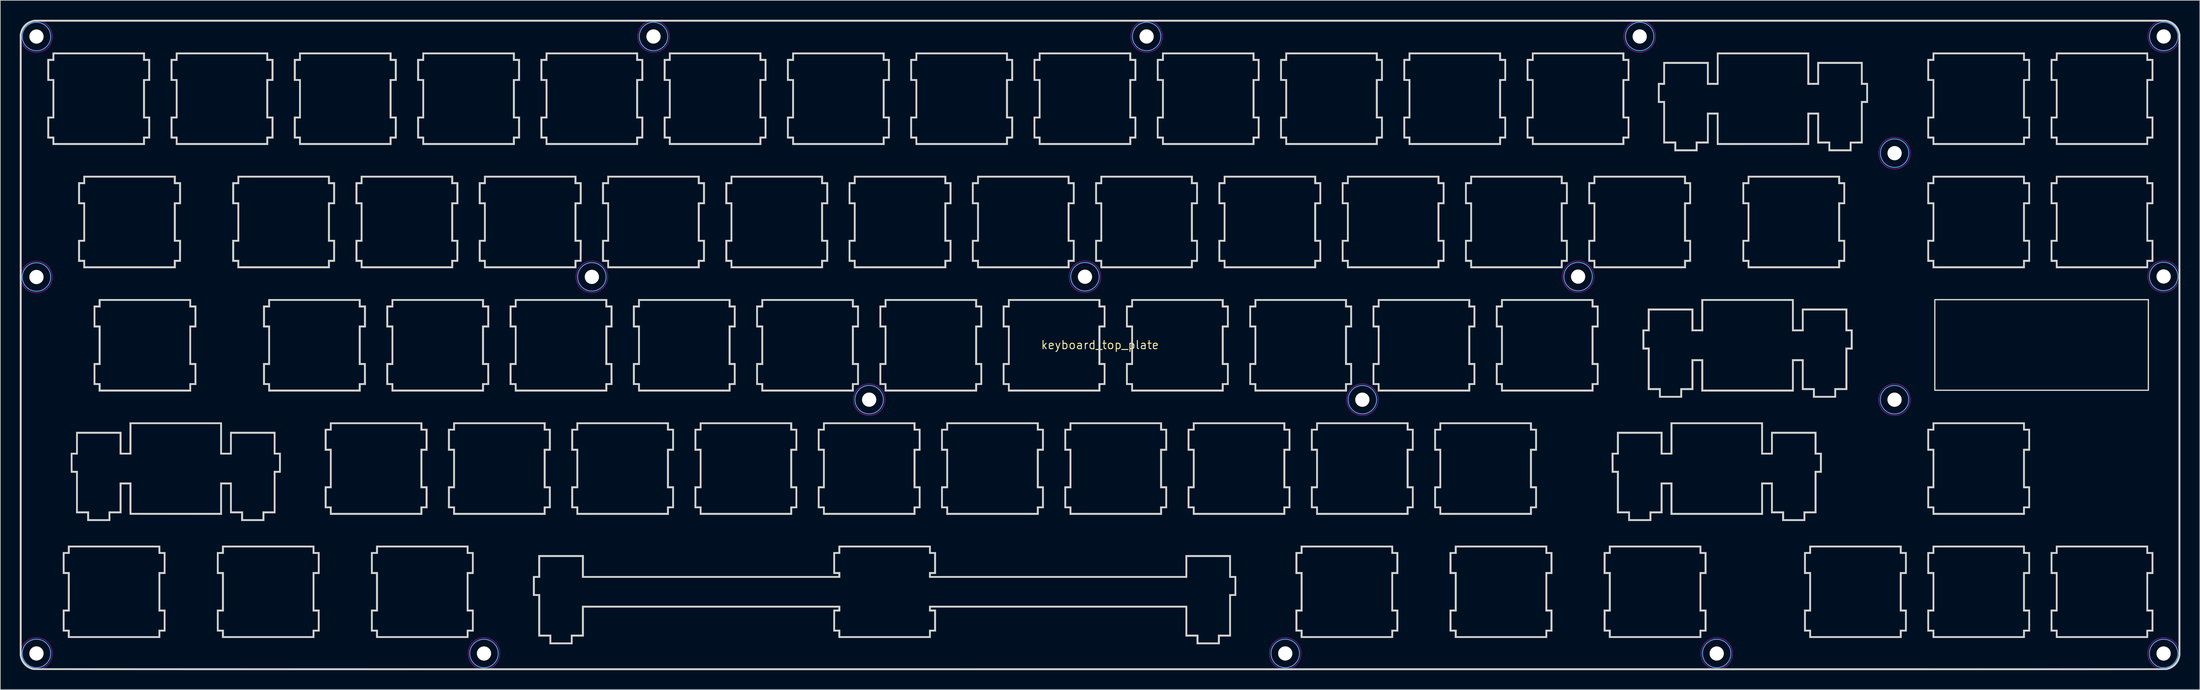
<source format=kicad_pcb>
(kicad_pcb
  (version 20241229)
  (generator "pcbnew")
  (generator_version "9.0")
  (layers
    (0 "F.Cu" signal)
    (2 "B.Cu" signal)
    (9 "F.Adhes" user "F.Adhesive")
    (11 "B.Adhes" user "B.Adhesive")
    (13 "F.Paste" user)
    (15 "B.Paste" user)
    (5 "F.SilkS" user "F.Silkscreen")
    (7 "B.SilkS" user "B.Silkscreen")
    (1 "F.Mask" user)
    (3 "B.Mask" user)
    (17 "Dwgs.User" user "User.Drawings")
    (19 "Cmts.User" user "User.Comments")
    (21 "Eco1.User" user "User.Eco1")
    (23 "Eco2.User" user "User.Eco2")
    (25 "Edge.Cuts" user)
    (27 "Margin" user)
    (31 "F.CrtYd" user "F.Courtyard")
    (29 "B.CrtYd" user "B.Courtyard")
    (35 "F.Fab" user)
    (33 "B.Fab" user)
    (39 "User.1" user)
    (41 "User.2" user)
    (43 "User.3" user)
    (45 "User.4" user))
  (footprint "keyboard_top_plate"
    (layer "F.Cu")
    (at 166.925 50.255)
    (property "Reference" "keyboard_top_plate" (at 0 0 0) (layer "F.SilkS") (effects (font (size 1.27 1.27) (thickness 0.15))))
    (attr through_hole)
    (fp_circle (center -164.341 -10.5) (end -162.141 -10.5) (stroke (width 0.15) (type solid)) (fill no) (layer "Cmts.User"))
    (fp_circle (center -164.341 47.668) (end -162.141 47.668) (stroke (width 0.15) (type solid)) (fill no) (layer "Cmts.User"))
    (fp_circle (center -164.337 -47.659) (end -162.137 -47.659) (stroke (width 0.15) (type solid)) (fill no) (layer "Cmts.User"))
    (fp_circle (center -95.187 47.678) (end -92.987 47.678) (stroke (width 0.15) (type solid)) (fill no) (layer "Cmts.User"))
    (fp_circle (center -78.519 -10.519) (end -76.319 -10.519) (stroke (width 0.15) (type solid)) (fill no) (layer "Cmts.User"))
    (fp_circle (center -68.994 -47.669) (end -66.794 -47.669) (stroke (width 0.15) (type solid)) (fill no) (layer "Cmts.User"))
    (fp_circle (center -35.667 8.453) (end -33.467 8.453) (stroke (width 0.15) (type solid)) (fill no) (layer "Cmts.User"))
    (fp_circle (center -2.322 -10.542) (end -0.122 -10.542) (stroke (width 0.15) (type solid)) (fill no) (layer "Cmts.User"))
    (fp_circle (center 7.203 -47.669) (end 9.403 -47.669) (stroke (width 0.15) (type solid)) (fill no) (layer "Cmts.User"))
    (fp_circle (center 28.626 47.67) (end 30.826 47.67) (stroke (width 0.15) (type solid)) (fill no) (layer "Cmts.User"))
    (fp_circle (center 40.542 8.458) (end 42.742 8.458) (stroke (width 0.15) (type solid)) (fill no) (layer "Cmts.User"))
    (fp_circle (center 73.883 -10.561) (end 76.083 -10.561) (stroke (width 0.15) (type solid)) (fill no) (layer "Cmts.User"))
    (fp_circle (center 83.398 -47.669) (end 85.598 -47.669) (stroke (width 0.15) (type solid)) (fill no) (layer "Cmts.User"))
    (fp_circle (center 95.299 47.678) (end 97.499 47.678) (stroke (width 0.15) (type solid)) (fill no) (layer "Cmts.User"))
    (fp_circle (center 122.776 8.458) (end 124.976 8.458) (stroke (width 0.15) (type solid)) (fill no) (layer "Cmts.User"))
    (fp_circle (center 122.785 -29.636) (end 124.985 -29.636) (stroke (width 0.15) (type solid)) (fill no) (layer "Cmts.User"))
    (fp_circle (center 164.355 47.677) (end 166.555 47.677) (stroke (width 0.15) (type solid)) (fill no) (layer "Cmts.User"))
    (fp_circle (center 164.359 -10.583) (end 166.559 -10.583) (stroke (width 0.15) (type solid)) (fill no) (layer "Cmts.User"))
    (fp_circle (center 164.374 -47.668) (end 166.574 -47.668) (stroke (width 0.15) (type solid)) (fill no) (layer "Cmts.User"))
    (fp_rect (start 129 -7) (end 162 7) (stroke (width 0.2) (type default)) (fill no) (layer "Edge.Cuts"))
    (fp_poly (pts (xy -147.574 -44.196) (xy -146.77 -44.196) (xy -146.77 -40.809) (xy -147.574 -40.809) (xy -147.574 -35.285) (xy -146.77 -35.285) (xy -146.77 -31.898) (xy -147.574 -31.898) (xy -147.574 -30.903) (xy -161.862 -30.903) (xy -161.862 -31.898) (xy -162.666 -31.898) (xy -162.666 -35.285) (xy -161.862 -35.285) (xy -161.862 -40.809) (xy -162.666 -40.809) (xy -162.666 -43.9) (xy -162.369 -43.9) (xy -162.369 -41.084) (xy -161.586 -41.084) (xy -161.586 -35.01) (xy -162.369 -35.01) (xy -162.369 -32.194) (xy -161.586 -32.194) (xy -161.586 -31.2) (xy -147.87 -31.2) (xy -147.87 -32.194) (xy -147.066 -32.194) (xy -147.066 -35.01) (xy -147.87 -35.01) (xy -147.87 -41.084) (xy -147.066 -41.084) (xy -147.066 -43.9) (xy -147.87 -43.9) (xy -147.87 -44.916) (xy -161.586 -44.916) (xy -161.586 -43.9) (xy -162.369 -43.9) (xy -162.666 -43.9) (xy -162.666 -44.196) (xy -161.862 -44.196) (xy -161.862 -45.191) (xy -147.574 -45.191) (xy -147.574 -44.196)) (stroke (width 0.01) (type solid)) (fill yes) (layer "Edge.Cuts"))
    (fp_poly (pts (xy -145.203 32.004) (xy -144.399 32.004) (xy -144.399 35.391) (xy -145.203 35.391) (xy -145.203 40.894) (xy -144.399 40.894) (xy -144.399 44.281) (xy -145.203 44.281) (xy -145.203 45.276) (xy -159.491 45.276) (xy -159.491 44.281) (xy -160.274 44.281) (xy -160.274 40.894) (xy -159.491 40.894) (xy -159.491 35.391) (xy -160.274 35.391) (xy -160.274 32.279) (xy -159.999 32.279) (xy -159.999 35.094) (xy -159.195 35.094) (xy -159.195 41.19) (xy -159.999 41.19) (xy -159.999 44.005) (xy -159.195 44.005) (xy -159.195 45) (xy -145.478 45) (xy -145.478 44.005) (xy -144.674 44.005) (xy -144.674 41.19) (xy -145.478 41.19) (xy -145.478 35.094) (xy -144.674 35.094) (xy -144.674 32.279) (xy -145.478 32.279) (xy -145.478 31.284) (xy -159.195 31.284) (xy -159.195 32.279) (xy -159.999 32.279) (xy -160.274 32.279) (xy -160.274 32.004) (xy -159.491 32.004) (xy -159.491 31.009) (xy -145.203 31.009) (xy -145.203 32.004)) (stroke (width 0.01) (type solid)) (fill yes) (layer "Edge.Cuts"))
    (fp_poly (pts (xy -140.441 -6.096) (xy -139.637 -6.096) (xy -139.637 -2.709) (xy -140.441 -2.709) (xy -140.441 2.794) (xy -139.637 2.794) (xy -139.637 6.181) (xy -140.441 6.181) (xy -140.441 7.197) (xy -154.728 7.197) (xy -154.728 6.181) (xy -155.512 6.181) (xy -155.512 2.794) (xy -154.728 2.794) (xy -154.728 -2.709) (xy -155.512 -2.709) (xy -155.512 -5.8) (xy -155.236 -5.8) (xy -155.236 -3.006) (xy -154.432 -3.006) (xy -154.432 3.09) (xy -155.236 3.09) (xy -155.236 5.905) (xy -154.432 5.905) (xy -154.432 6.9) (xy -140.716 6.9) (xy -140.716 5.905) (xy -139.912 5.905) (xy -139.912 3.09) (xy -140.716 3.09) (xy -140.716 -3.006) (xy -139.912 -3.006) (xy -139.912 -5.8) (xy -140.716 -5.8) (xy -140.716 -6.816) (xy -154.432 -6.816) (xy -154.432 -5.8) (xy -155.236 -5.8) (xy -155.512 -5.8) (xy -155.512 -6.096) (xy -154.728 -6.096) (xy -154.728 -7.091) (xy -140.441 -7.091) (xy -140.441 -6.096)) (stroke (width 0.01) (type solid)) (fill yes) (layer "Edge.Cuts"))
    (fp_poly (pts (xy -128.524 -44.196) (xy -127.72 -44.196) (xy -127.72 -40.809) (xy -128.524 -40.809) (xy -128.524 -35.285) (xy -127.72 -35.285) (xy -127.72 -31.898) (xy -128.524 -31.898) (xy -128.524 -30.903) (xy -142.811 -30.903) (xy -142.811 -31.898) (xy -143.616 -31.898) (xy -143.616 -35.285) (xy -142.811 -35.285) (xy -142.811 -40.809) (xy -143.616 -40.809) (xy -143.616 -43.9) (xy -143.32 -43.9) (xy -143.32 -41.084) (xy -142.536 -41.084) (xy -142.536 -35.01) (xy -143.32 -35.01) (xy -143.32 -32.194) (xy -142.536 -32.194) (xy -142.536 -31.2) (xy -128.82 -31.2) (xy -128.82 -32.194) (xy -128.016 -32.194) (xy -128.016 -35.01) (xy -128.82 -35.01) (xy -128.82 -41.084) (xy -128.016 -41.084) (xy -128.016 -43.9) (xy -128.82 -43.9) (xy -128.82 -44.916) (xy -142.536 -44.916) (xy -142.536 -43.9) (xy -143.32 -43.9) (xy -143.616 -43.9) (xy -143.616 -44.196) (xy -142.811 -44.196) (xy -142.811 -45.191) (xy -128.524 -45.191) (xy -128.524 -44.196)) (stroke (width 0.01) (type solid)) (fill yes) (layer "Edge.Cuts"))
    (fp_poly (pts (xy -121.391 32.004) (xy -120.587 32.004) (xy -120.587 35.391) (xy -121.391 35.391) (xy -121.391 40.894) (xy -120.587 40.894) (xy -120.587 44.281) (xy -121.391 44.281) (xy -121.391 45.276) (xy -135.678 45.276) (xy -135.678 44.281) (xy -136.462 44.281) (xy -136.462 40.894) (xy -135.678 40.894) (xy -135.678 35.391) (xy -136.462 35.391) (xy -136.462 32.279) (xy -136.186 32.279) (xy -136.186 35.094) (xy -135.382 35.094) (xy -135.382 41.19) (xy -136.186 41.19) (xy -136.186 44.005) (xy -135.382 44.005) (xy -135.382 45) (xy -121.666 45) (xy -121.666 44.005) (xy -120.862 44.005) (xy -120.862 41.19) (xy -121.666 41.19) (xy -121.666 35.094) (xy -120.862 35.094) (xy -120.862 32.279) (xy -121.666 32.279) (xy -121.666 31.284) (xy -135.382 31.284) (xy -135.382 32.279) (xy -136.186 32.279) (xy -136.462 32.279) (xy -136.462 32.004) (xy -135.678 32.004) (xy -135.678 31.009) (xy -121.391 31.009) (xy -121.391 32.004)) (stroke (width 0.01) (type solid)) (fill yes) (layer "Edge.Cuts"))
    (fp_poly (pts (xy -109.474 -44.196) (xy -108.67 -44.196) (xy -108.67 -40.809) (xy -109.474 -40.809) (xy -109.474 -35.285) (xy -108.67 -35.285) (xy -108.67 -31.898) (xy -109.474 -31.898) (xy -109.474 -30.903) (xy -123.761 -30.903) (xy -123.761 -31.898) (xy -124.566 -31.898) (xy -124.566 -35.285) (xy -123.761 -35.285) (xy -123.761 -40.809) (xy -124.566 -40.809) (xy -124.566 -43.9) (xy -124.269 -43.9) (xy -124.269 -41.084) (xy -123.486 -41.084) (xy -123.486 -35.01) (xy -124.269 -35.01) (xy -124.269 -32.194) (xy -123.486 -32.194) (xy -123.486 -31.2) (xy -109.77 -31.2) (xy -109.77 -32.194) (xy -108.966 -32.194) (xy -108.966 -35.01) (xy -109.77 -35.01) (xy -109.77 -41.084) (xy -108.966 -41.084) (xy -108.966 -43.9) (xy -109.77 -43.9) (xy -109.77 -44.916) (xy -123.486 -44.916) (xy -123.486 -43.9) (xy -124.269 -43.9) (xy -124.566 -43.9) (xy -124.566 -44.196) (xy -123.761 -44.196) (xy -123.761 -45.191) (xy -109.474 -45.191) (xy -109.474 -44.196)) (stroke (width 0.01) (type solid)) (fill yes) (layer "Edge.Cuts"))
    (fp_poly (pts (xy -104.712 12.954) (xy -103.907 12.954) (xy -103.907 16.341) (xy -104.712 16.341) (xy -104.712 21.844) (xy -103.907 21.844) (xy -103.907 25.231) (xy -104.712 25.231) (xy -104.712 26.247) (xy -118.999 26.247) (xy -118.999 25.231) (xy -119.803 25.231) (xy -119.803 21.844) (xy -118.999 21.844) (xy -118.999 16.341) (xy -119.803 16.341) (xy -119.803 13.229) (xy -119.507 13.229) (xy -119.507 16.044) (xy -118.724 16.044) (xy -118.724 22.14) (xy -119.507 22.14) (xy -119.507 24.956) (xy -118.724 24.956) (xy -118.724 25.95) (xy -105.008 25.95) (xy -105.008 24.956) (xy -104.204 24.956) (xy -104.204 22.14) (xy -105.008 22.14) (xy -105.008 16.044) (xy -104.204 16.044) (xy -104.204 13.229) (xy -105.008 13.229) (xy -105.008 12.234) (xy -118.724 12.234) (xy -118.724 13.229) (xy -119.507 13.229) (xy -119.803 13.229) (xy -119.803 12.954) (xy -118.999 12.954) (xy -118.999 11.959) (xy -104.712 11.959) (xy -104.712 12.954)) (stroke (width 0.01) (type solid)) (fill yes) (layer "Edge.Cuts"))
    (fp_poly (pts (xy -97.578 32.004) (xy -96.774 32.004) (xy -96.774 35.391) (xy -97.578 35.391) (xy -97.578 40.894) (xy -96.774 40.894) (xy -96.774 44.281) (xy -97.578 44.281) (xy -97.578 45.276) (xy -111.866 45.276) (xy -111.866 44.281) (xy -112.649 44.281) (xy -112.649 40.894) (xy -111.866 40.894) (xy -111.866 35.391) (xy -112.649 35.391) (xy -112.649 32.279) (xy -112.374 32.279) (xy -112.374 35.094) (xy -111.57 35.094) (xy -111.57 41.19) (xy -112.374 41.19) (xy -112.374 44.005) (xy -111.57 44.005) (xy -111.57 45) (xy -97.853 45) (xy -97.853 44.005) (xy -97.049 44.005) (xy -97.049 41.19) (xy -97.853 41.19) (xy -97.853 35.094) (xy -97.049 35.094) (xy -97.049 32.279) (xy -97.853 32.279) (xy -97.853 31.284) (xy -111.57 31.284) (xy -111.57 32.279) (xy -112.374 32.279) (xy -112.649 32.279) (xy -112.649 32.004) (xy -111.866 32.004) (xy -111.866 31.009) (xy -97.578 31.009) (xy -97.578 32.004)) (stroke (width 0.01) (type solid)) (fill yes) (layer "Edge.Cuts"))
    (fp_poly (pts (xy -90.424 -44.196) (xy -89.62 -44.196) (xy -89.62 -40.809) (xy -90.424 -40.809) (xy -90.424 -35.285) (xy -89.62 -35.285) (xy -89.62 -31.898) (xy -90.424 -31.898) (xy -90.424 -30.903) (xy -104.712 -30.903) (xy -104.712 -31.898) (xy -105.516 -31.898) (xy -105.516 -35.285) (xy -104.712 -35.285) (xy -104.712 -40.809) (xy -105.516 -40.809) (xy -105.516 -43.9) (xy -105.219 -43.9) (xy -105.219 -41.084) (xy -104.436 -41.084) (xy -104.436 -35.01) (xy -105.219 -35.01) (xy -105.219 -32.194) (xy -104.436 -32.194) (xy -104.436 -31.2) (xy -90.72 -31.2) (xy -90.72 -32.194) (xy -89.916 -32.194) (xy -89.916 -35.01) (xy -90.72 -35.01) (xy -90.72 -41.084) (xy -89.916 -41.084) (xy -89.916 -43.9) (xy -90.72 -43.9) (xy -90.72 -44.916) (xy -104.436 -44.916) (xy -104.436 -43.9) (xy -105.219 -43.9) (xy -105.516 -43.9) (xy -105.516 -44.196) (xy -104.712 -44.196) (xy -104.712 -45.191) (xy -90.424 -45.191) (xy -90.424 -44.196)) (stroke (width 0.01) (type solid)) (fill yes) (layer "Edge.Cuts"))
    (fp_poly (pts (xy -66.612 12.954) (xy -65.828 12.954) (xy -65.828 16.341) (xy -66.612 16.341) (xy -66.612 21.844) (xy -65.828 21.844) (xy -65.828 25.231) (xy -66.612 25.231) (xy -66.612 26.247) (xy -80.899 26.247) (xy -80.899 25.231) (xy -81.703 25.231) (xy -81.703 21.844) (xy -80.899 21.844) (xy -80.899 16.341) (xy -81.703 16.341) (xy -81.703 13.229) (xy -81.407 13.229) (xy -81.407 16.044) (xy -80.624 16.044) (xy -80.624 22.14) (xy -81.407 22.14) (xy -81.407 24.956) (xy -80.624 24.956) (xy -80.624 25.95) (xy -66.908 25.95) (xy -66.908 24.956) (xy -66.103 24.956) (xy -66.103 22.14) (xy -66.908 22.14) (xy -66.908 16.044) (xy -66.103 16.044) (xy -66.103 13.229) (xy -66.908 13.229) (xy -66.908 12.234) (xy -80.624 12.234) (xy -80.624 13.229) (xy -81.407 13.229) (xy -81.703 13.229) (xy -81.703 12.954) (xy -80.899 12.954) (xy -80.899 11.959) (xy -66.612 11.959) (xy -66.612 12.954)) (stroke (width 0.01) (type solid)) (fill yes) (layer "Edge.Cuts"))
    (fp_poly (pts (xy -57.087 -6.096) (xy -56.303 -6.096) (xy -56.303 -2.709) (xy -57.087 -2.709) (xy -57.087 2.794) (xy -56.303 2.794) (xy -56.303 6.181) (xy -57.087 6.181) (xy -57.087 7.197) (xy -71.374 7.197) (xy -71.374 6.181) (xy -72.178 6.181) (xy -72.178 2.794) (xy -71.374 2.794) (xy -71.374 -2.709) (xy -72.178 -2.709) (xy -72.178 -5.8) (xy -71.882 -5.8) (xy -71.882 -3.006) (xy -71.099 -3.006) (xy -71.099 3.09) (xy -71.882 3.09) (xy -71.882 5.905) (xy -71.099 5.905) (xy -71.099 6.9) (xy -57.383 6.9) (xy -57.383 5.905) (xy -56.578 5.905) (xy -56.578 3.09) (xy -57.383 3.09) (xy -57.383 -3.006) (xy -56.578 -3.006) (xy -56.578 -5.8) (xy -57.383 -5.8) (xy -57.383 -6.816) (xy -71.099 -6.816) (xy -71.099 -5.8) (xy -71.882 -5.8) (xy -72.178 -5.8) (xy -72.178 -6.096) (xy -71.374 -6.096) (xy -71.374 -7.091) (xy -57.087 -7.091) (xy -57.087 -6.096)) (stroke (width 0.01) (type solid)) (fill yes) (layer "Edge.Cuts"))
    (fp_poly (pts (xy -52.324 -44.196) (xy -51.541 -44.196) (xy -51.541 -40.809) (xy -52.324 -40.809) (xy -52.324 -35.285) (xy -51.541 -35.285) (xy -51.541 -31.898) (xy -52.324 -31.898) (xy -52.324 -30.903) (xy -66.612 -30.903) (xy -66.612 -31.898) (xy -67.416 -31.898) (xy -67.416 -35.285) (xy -66.612 -35.285) (xy -66.612 -40.809) (xy -67.416 -40.809) (xy -67.416 -43.9) (xy -67.12 -43.9) (xy -67.12 -41.084) (xy -66.336 -41.084) (xy -66.336 -35.01) (xy -67.12 -35.01) (xy -67.12 -32.194) (xy -66.336 -32.194) (xy -66.336 -31.2) (xy -52.62 -31.2) (xy -52.62 -32.194) (xy -51.816 -32.194) (xy -51.816 -35.01) (xy -52.62 -35.01) (xy -52.62 -41.084) (xy -51.816 -41.084) (xy -51.816 -43.9) (xy -52.62 -43.9) (xy -52.62 -44.916) (xy -66.336 -44.916) (xy -66.336 -43.9) (xy -67.12 -43.9) (xy -67.416 -43.9) (xy -67.416 -44.196) (xy -66.612 -44.196) (xy -66.612 -45.191) (xy -52.324 -45.191) (xy -52.324 -44.196)) (stroke (width 0.01) (type solid)) (fill yes) (layer "Edge.Cuts"))
    (fp_poly (pts (xy -47.562 12.954) (xy -46.778 12.954) (xy -46.778 16.341) (xy -47.562 16.341) (xy -47.562 21.844) (xy -46.778 21.844) (xy -46.778 25.231) (xy -47.562 25.231) (xy -47.562 26.247) (xy -61.849 26.247) (xy -61.849 25.231) (xy -62.653 25.231) (xy -62.653 21.844) (xy -61.849 21.844) (xy -61.849 16.341) (xy -62.653 16.341) (xy -62.653 13.229) (xy -62.378 13.229) (xy -62.378 16.044) (xy -61.574 16.044) (xy -61.574 22.14) (xy -62.378 22.14) (xy -62.378 24.956) (xy -61.574 24.956) (xy -61.574 25.95) (xy -47.858 25.95) (xy -47.858 24.956) (xy -47.053 24.956) (xy -47.053 22.14) (xy -47.858 22.14) (xy -47.858 16.044) (xy -47.053 16.044) (xy -47.053 13.229) (xy -47.858 13.229) (xy -47.858 12.234) (xy -61.574 12.234) (xy -61.574 13.229) (xy -62.378 13.229) (xy -62.653 13.229) (xy -62.653 12.954) (xy -61.849 12.954) (xy -61.849 11.959) (xy -47.562 11.959) (xy -47.562 12.954)) (stroke (width 0.01) (type solid)) (fill yes) (layer "Edge.Cuts"))
    (fp_poly (pts (xy -38.036 -6.096) (xy -37.253 -6.096) (xy -37.253 -2.709) (xy -38.036 -2.709) (xy -38.036 2.794) (xy -37.253 2.794) (xy -37.253 6.181) (xy -38.036 6.181) (xy -38.036 7.197) (xy -52.324 7.197) (xy -52.324 6.181) (xy -53.128 6.181) (xy -53.128 2.794) (xy -52.324 2.794) (xy -52.324 -2.709) (xy -53.128 -2.709) (xy -53.128 -5.8) (xy -52.853 -5.8) (xy -52.853 -3.006) (xy -52.049 -3.006) (xy -52.049 3.09) (xy -52.853 3.09) (xy -52.853 5.905) (xy -52.049 5.905) (xy -52.049 6.9) (xy -38.333 6.9) (xy -38.333 5.905) (xy -37.529 5.905) (xy -37.529 3.09) (xy -38.333 3.09) (xy -38.333 -3.006) (xy -37.529 -3.006) (xy -37.529 -5.8) (xy -38.333 -5.8) (xy -38.333 -6.816) (xy -52.049 -6.816) (xy -52.049 -5.8) (xy -52.853 -5.8) (xy -53.128 -5.8) (xy -53.128 -6.096) (xy -52.324 -6.096) (xy -52.324 -7.091) (xy -38.036 -7.091) (xy -38.036 -6.096)) (stroke (width 0.01) (type solid)) (fill yes) (layer "Edge.Cuts"))
    (fp_poly (pts (xy -28.512 12.954) (xy -27.728 12.954) (xy -27.728 16.341) (xy -28.512 16.341) (xy -28.512 21.844) (xy -27.728 21.844) (xy -27.728 25.231) (xy -28.512 25.231) (xy -28.512 26.247) (xy -42.799 26.247) (xy -42.799 25.231) (xy -43.603 25.231) (xy -43.603 21.844) (xy -42.799 21.844) (xy -42.799 16.341) (xy -43.603 16.341) (xy -43.603 13.229) (xy -43.328 13.229) (xy -43.328 16.044) (xy -42.524 16.044) (xy -42.524 22.14) (xy -43.328 22.14) (xy -43.328 24.956) (xy -42.524 24.956) (xy -42.524 25.95) (xy -28.808 25.95) (xy -28.808 24.956) (xy -28.003 24.956) (xy -28.003 22.14) (xy -28.808 22.14) (xy -28.808 16.044) (xy -28.003 16.044) (xy -28.003 13.229) (xy -28.808 13.229) (xy -28.808 12.234) (xy -42.524 12.234) (xy -42.524 13.229) (xy -43.328 13.229) (xy -43.603 13.229) (xy -43.603 12.954) (xy -42.799 12.954) (xy -42.799 11.959) (xy -28.512 11.959) (xy -28.512 12.954)) (stroke (width 0.01) (type solid)) (fill yes) (layer "Edge.Cuts"))
    (fp_poly (pts (xy -18.986 -6.096) (xy -18.203 -6.096) (xy -18.203 -2.709) (xy -18.986 -2.709) (xy -18.986 2.794) (xy -18.203 2.794) (xy -18.203 6.181) (xy -18.986 6.181) (xy -18.986 7.197) (xy -33.274 7.197) (xy -33.274 6.181) (xy -34.078 6.181) (xy -34.078 2.794) (xy -33.274 2.794) (xy -33.274 -2.709) (xy -34.078 -2.709) (xy -34.078 -5.8) (xy -33.803 -5.8) (xy -33.803 -3.006) (xy -32.999 -3.006) (xy -32.999 3.09) (xy -33.803 3.09) (xy -33.803 5.905) (xy -32.999 5.905) (xy -32.999 6.9) (xy -19.283 6.9) (xy -19.283 5.905) (xy -18.479 5.905) (xy -18.479 3.09) (xy -19.283 3.09) (xy -19.283 -3.006) (xy -18.479 -3.006) (xy -18.479 -5.8) (xy -19.283 -5.8) (xy -19.283 -6.816) (xy -32.999 -6.816) (xy -32.999 -5.8) (xy -33.803 -5.8) (xy -34.078 -5.8) (xy -34.078 -6.096) (xy -33.274 -6.096) (xy -33.274 -7.091) (xy -18.986 -7.091) (xy -18.986 -6.096)) (stroke (width 0.01) (type solid)) (fill yes) (layer "Edge.Cuts"))
    (fp_poly (pts (xy -9.461 12.954) (xy -8.678 12.954) (xy -8.678 16.341) (xy -9.461 16.341) (xy -9.461 21.844) (xy -8.678 21.844) (xy -8.678 25.231) (xy -9.461 25.231) (xy -9.461 26.247) (xy -23.749 26.247) (xy -23.749 25.231) (xy -24.553 25.231) (xy -24.553 21.844) (xy -23.749 21.844) (xy -23.749 16.341) (xy -24.553 16.341) (xy -24.553 13.229) (xy -24.278 13.229) (xy -24.278 16.044) (xy -23.474 16.044) (xy -23.474 22.14) (xy -24.278 22.14) (xy -24.278 24.956) (xy -23.474 24.956) (xy -23.474 25.95) (xy -9.758 25.95) (xy -9.758 24.956) (xy -8.954 24.956) (xy -8.954 22.14) (xy -9.758 22.14) (xy -9.758 16.044) (xy -8.954 16.044) (xy -8.954 13.229) (xy -9.758 13.229) (xy -9.758 12.234) (xy -23.474 12.234) (xy -23.474 13.229) (xy -24.278 13.229) (xy -24.553 13.229) (xy -24.553 12.954) (xy -23.749 12.954) (xy -23.749 11.959) (xy -9.461 11.959) (xy -9.461 12.954)) (stroke (width 0.01) (type solid)) (fill yes) (layer "Edge.Cuts"))
    (fp_poly (pts (xy -4.699 -25.146) (xy -3.916 -25.146) (xy -3.916 -21.759) (xy -4.699 -21.759) (xy -4.699 -16.235) (xy -3.916 -16.235) (xy -3.916 -12.848) (xy -4.699 -12.848) (xy -4.699 -11.853) (xy -18.986 -11.853) (xy -18.986 -12.848) (xy -19.791 -12.848) (xy -19.791 -16.235) (xy -18.986 -16.235) (xy -18.986 -21.759) (xy -19.791 -21.759) (xy -19.791 -24.85) (xy -19.516 -24.85) (xy -19.516 -22.035) (xy -18.711 -22.035) (xy -18.711 -15.96) (xy -19.516 -15.96) (xy -19.516 -13.145) (xy -18.711 -13.145) (xy -18.711 -12.15) (xy -4.995 -12.15) (xy -4.995 -13.145) (xy -4.191 -13.145) (xy -4.191 -15.96) (xy -4.995 -15.96) (xy -4.995 -22.035) (xy -4.191 -22.035) (xy -4.191 -24.85) (xy -4.995 -24.85) (xy -4.995 -25.866) (xy -18.711 -25.866) (xy -18.711 -24.85) (xy -19.516 -24.85) (xy -19.791 -24.85) (xy -19.791 -25.146) (xy -18.986 -25.146) (xy -18.986 -26.141) (xy -4.699 -26.141) (xy -4.699 -25.146)) (stroke (width 0.01) (type solid)) (fill yes) (layer "Edge.Cuts"))
    (fp_poly (pts (xy 0.064 -6.096) (xy 0.847 -6.096) (xy 0.847 -2.709) (xy 0.064 -2.709) (xy 0.064 2.794) (xy 0.847 2.794) (xy 0.847 6.181) (xy 0.064 6.181) (xy 0.064 7.197) (xy -14.224 7.197) (xy -14.224 6.181) (xy -15.028 6.181) (xy -15.028 2.794) (xy -14.224 2.794) (xy -14.224 -2.709) (xy -15.028 -2.709) (xy -15.028 -5.8) (xy -14.753 -5.8) (xy -14.753 -3.006) (xy -13.949 -3.006) (xy -13.949 3.09) (xy -14.753 3.09) (xy -14.753 5.905) (xy -13.949 5.905) (xy -13.949 6.9) (xy -0.233 6.9) (xy -0.233 5.905) (xy 0.572 5.905) (xy 0.572 3.09) (xy -0.233 3.09) (xy -0.233 -3.006) (xy 0.572 -3.006) (xy 0.572 -5.8) (xy -0.233 -5.8) (xy -0.233 -6.816) (xy -13.949 -6.816) (xy -13.949 -5.8) (xy -14.753 -5.8) (xy -15.028 -5.8) (xy -15.028 -6.096) (xy -14.224 -6.096) (xy -14.224 -7.091) (xy 0.064 -7.091) (xy 0.064 -6.096)) (stroke (width 0.01) (type solid)) (fill yes) (layer "Edge.Cuts"))
    (fp_poly (pts (xy 4.826 -44.196) (xy 5.609 -44.196) (xy 5.609 -40.809) (xy 4.826 -40.809) (xy 4.826 -35.285) (xy 5.609 -35.285) (xy 5.609 -31.898) (xy 4.826 -31.898) (xy 4.826 -30.903) (xy -9.461 -30.903) (xy -9.461 -31.898) (xy -10.266 -31.898) (xy -10.266 -35.285) (xy -9.461 -35.285) (xy -9.461 -40.809) (xy -10.266 -40.809) (xy -10.266 -43.9) (xy -9.991 -43.9) (xy -9.991 -41.084) (xy -9.186 -41.084) (xy -9.186 -35.01) (xy -9.991 -35.01) (xy -9.991 -32.194) (xy -9.186 -32.194) (xy -9.186 -31.2) (xy 4.53 -31.2) (xy 4.53 -32.194) (xy 5.334 -32.194) (xy 5.334 -35.01) (xy 4.53 -35.01) (xy 4.53 -41.084) (xy 5.334 -41.084) (xy 5.334 -43.9) (xy 4.53 -43.9) (xy 4.53 -44.916) (xy -9.186 -44.916) (xy -9.186 -43.9) (xy -9.991 -43.9) (xy -10.266 -43.9) (xy -10.266 -44.196) (xy -9.461 -44.196) (xy -9.461 -45.191) (xy 4.826 -45.191) (xy 4.826 -44.196)) (stroke (width 0.01) (type solid)) (fill yes) (layer "Edge.Cuts"))
    (fp_poly (pts (xy 9.588 12.954) (xy 10.372 12.954) (xy 10.372 16.341) (xy 9.588 16.341) (xy 9.588 21.844) (xy 10.372 21.844) (xy 10.372 25.231) (xy 9.588 25.231) (xy 9.588 26.247) (xy -4.699 26.247) (xy -4.699 25.231) (xy -5.503 25.231) (xy -5.503 21.844) (xy -4.699 21.844) (xy -4.699 16.341) (xy -5.503 16.341) (xy -5.503 13.229) (xy -5.228 13.229) (xy -5.228 16.044) (xy -4.424 16.044) (xy -4.424 22.14) (xy -5.228 22.14) (xy -5.228 24.956) (xy -4.424 24.956) (xy -4.424 25.95) (xy 9.292 25.95) (xy 9.292 24.956) (xy 10.097 24.956) (xy 10.097 22.14) (xy 9.292 22.14) (xy 9.292 16.044) (xy 10.097 16.044) (xy 10.097 13.229) (xy 9.292 13.229) (xy 9.292 12.234) (xy -4.424 12.234) (xy -4.424 13.229) (xy -5.228 13.229) (xy -5.503 13.229) (xy -5.503 12.954) (xy -4.699 12.954) (xy -4.699 11.959) (xy 9.588 11.959) (xy 9.588 12.954)) (stroke (width 0.01) (type solid)) (fill yes) (layer "Edge.Cuts"))
    (fp_poly (pts (xy 14.351 -25.146) (xy 15.134 -25.146) (xy 15.134 -21.759) (xy 14.351 -21.759) (xy 14.351 -16.235) (xy 15.134 -16.235) (xy 15.134 -12.848) (xy 14.351 -12.848) (xy 14.351 -11.853) (xy 0.064 -11.853) (xy 0.064 -12.848) (xy -0.741 -12.848) (xy -0.741 -16.235) (xy 0.064 -16.235) (xy 0.064 -21.759) (xy -0.741 -21.759) (xy -0.741 -24.85) (xy -0.466 -24.85) (xy -0.466 -22.035) (xy 0.339 -22.035) (xy 0.339 -15.96) (xy -0.466 -15.96) (xy -0.466 -13.145) (xy 0.339 -13.145) (xy 0.339 -12.15) (xy 14.055 -12.15) (xy 14.055 -13.145) (xy 14.859 -13.145) (xy 14.859 -15.96) (xy 14.055 -15.96) (xy 14.055 -22.035) (xy 14.859 -22.035) (xy 14.859 -24.85) (xy 14.055 -24.85) (xy 14.055 -25.866) (xy 0.339 -25.866) (xy 0.339 -24.85) (xy -0.466 -24.85) (xy -0.741 -24.85) (xy -0.741 -25.146) (xy 0.064 -25.146) (xy 0.064 -26.141) (xy 14.351 -26.141) (xy 14.351 -25.146)) (stroke (width 0.01) (type solid)) (fill yes) (layer "Edge.Cuts"))
    (fp_poly (pts (xy 19.113 -6.096) (xy 19.897 -6.096) (xy 19.897 -2.709) (xy 19.113 -2.709) (xy 19.113 2.794) (xy 19.897 2.794) (xy 19.897 6.181) (xy 19.113 6.181) (xy 19.113 7.197) (xy 4.826 7.197) (xy 4.826 6.181) (xy 4.022 6.181) (xy 4.022 2.794) (xy 4.826 2.794) (xy 4.826 -2.709) (xy 4.022 -2.709) (xy 4.022 -5.8) (xy 4.297 -5.8) (xy 4.297 -3.006) (xy 5.101 -3.006) (xy 5.101 3.09) (xy 4.297 3.09) (xy 4.297 5.905) (xy 5.101 5.905) (xy 5.101 6.9) (xy 18.817 6.9) (xy 18.817 5.905) (xy 19.622 5.905) (xy 19.622 3.09) (xy 18.817 3.09) (xy 18.817 -3.006) (xy 19.622 -3.006) (xy 19.622 -5.8) (xy 18.817 -5.8) (xy 18.817 -6.816) (xy 5.101 -6.816) (xy 5.101 -5.8) (xy 4.297 -5.8) (xy 4.022 -5.8) (xy 4.022 -6.096) (xy 4.826 -6.096) (xy 4.826 -7.091) (xy 19.113 -7.091) (xy 19.113 -6.096)) (stroke (width 0.01) (type solid)) (fill yes) (layer "Edge.Cuts"))
    (fp_poly (pts (xy 23.876 -44.196) (xy 24.659 -44.196) (xy 24.659 -40.809) (xy 23.876 -40.809) (xy 23.876 -35.285) (xy 24.659 -35.285) (xy 24.659 -31.898) (xy 23.876 -31.898) (xy 23.876 -30.903) (xy 9.588 -30.903) (xy 9.588 -31.898) (xy 8.784 -31.898) (xy 8.784 -35.285) (xy 9.588 -35.285) (xy 9.588 -40.809) (xy 8.784 -40.809) (xy 8.784 -43.9) (xy 9.059 -43.9) (xy 9.059 -41.084) (xy 9.864 -41.084) (xy 9.864 -35.01) (xy 9.059 -35.01) (xy 9.059 -32.194) (xy 9.864 -32.194) (xy 9.864 -31.2) (xy 23.58 -31.2) (xy 23.58 -32.194) (xy 24.384 -32.194) (xy 24.384 -35.01) (xy 23.58 -35.01) (xy 23.58 -41.084) (xy 24.384 -41.084) (xy 24.384 -43.9) (xy 23.58 -43.9) (xy 23.58 -44.916) (xy 9.864 -44.916) (xy 9.864 -43.9) (xy 9.059 -43.9) (xy 8.784 -43.9) (xy 8.784 -44.196) (xy 9.588 -44.196) (xy 9.588 -45.191) (xy 23.876 -45.191) (xy 23.876 -44.196)) (stroke (width 0.01) (type solid)) (fill yes) (layer "Edge.Cuts"))
    (fp_poly (pts (xy 28.639 12.954) (xy 29.422 12.954) (xy 29.422 16.341) (xy 28.639 16.341) (xy 28.639 21.844) (xy 29.422 21.844) (xy 29.422 25.231) (xy 28.639 25.231) (xy 28.639 26.247) (xy 14.351 26.247) (xy 14.351 25.231) (xy 13.547 25.231) (xy 13.547 21.844) (xy 14.351 21.844) (xy 14.351 16.341) (xy 13.547 16.341) (xy 13.547 13.229) (xy 13.822 13.229) (xy 13.822 16.044) (xy 14.626 16.044) (xy 14.626 22.14) (xy 13.822 22.14) (xy 13.822 24.956) (xy 14.626 24.956) (xy 14.626 25.95) (xy 28.342 25.95) (xy 28.342 24.956) (xy 29.146 24.956) (xy 29.146 22.14) (xy 28.342 22.14) (xy 28.342 16.044) (xy 29.146 16.044) (xy 29.146 13.229) (xy 28.342 13.229) (xy 28.342 12.234) (xy 14.626 12.234) (xy 14.626 13.229) (xy 13.822 13.229) (xy 13.547 13.229) (xy 13.547 12.954) (xy 14.351 12.954) (xy 14.351 11.959) (xy 28.639 11.959) (xy 28.639 12.954)) (stroke (width 0.01) (type solid)) (fill yes) (layer "Edge.Cuts"))
    (fp_poly (pts (xy 33.401 -25.146) (xy 34.184 -25.146) (xy 34.184 -21.759) (xy 33.401 -21.759) (xy 33.401 -16.235) (xy 34.184 -16.235) (xy 34.184 -12.848) (xy 33.401 -12.848) (xy 33.401 -11.853) (xy 19.113 -11.853) (xy 19.113 -12.848) (xy 18.309 -12.848) (xy 18.309 -16.235) (xy 19.113 -16.235) (xy 19.113 -21.759) (xy 18.309 -21.759) (xy 18.309 -24.85) (xy 18.584 -24.85) (xy 18.584 -22.035) (xy 19.389 -22.035) (xy 19.389 -15.96) (xy 18.584 -15.96) (xy 18.584 -13.145) (xy 19.389 -13.145) (xy 19.389 -12.15) (xy 33.105 -12.15) (xy 33.105 -13.145) (xy 33.909 -13.145) (xy 33.909 -15.96) (xy 33.105 -15.96) (xy 33.105 -22.035) (xy 33.909 -22.035) (xy 33.909 -24.85) (xy 33.105 -24.85) (xy 33.105 -25.866) (xy 19.389 -25.866) (xy 19.389 -24.85) (xy 18.584 -24.85) (xy 18.309 -24.85) (xy 18.309 -25.146) (xy 19.113 -25.146) (xy 19.113 -26.141) (xy 33.401 -26.141) (xy 33.401 -25.146)) (stroke (width 0.01) (type solid)) (fill yes) (layer "Edge.Cuts"))
    (fp_poly (pts (xy 38.163 -6.096) (xy 38.947 -6.096) (xy 38.947 -2.709) (xy 38.163 -2.709) (xy 38.163 2.794) (xy 38.947 2.794) (xy 38.947 6.181) (xy 38.163 6.181) (xy 38.163 7.197) (xy 23.876 7.197) (xy 23.876 6.181) (xy 23.072 6.181) (xy 23.072 2.794) (xy 23.876 2.794) (xy 23.876 -2.709) (xy 23.072 -2.709) (xy 23.072 -5.8) (xy 23.347 -5.8) (xy 23.347 -3.006) (xy 24.151 -3.006) (xy 24.151 3.09) (xy 23.347 3.09) (xy 23.347 5.905) (xy 24.151 5.905) (xy 24.151 6.9) (xy 37.867 6.9) (xy 37.867 5.905) (xy 38.672 5.905) (xy 38.672 3.09) (xy 37.867 3.09) (xy 37.867 -3.006) (xy 38.672 -3.006) (xy 38.672 -5.8) (xy 37.867 -5.8) (xy 37.867 -6.816) (xy 24.151 -6.816) (xy 24.151 -5.8) (xy 23.347 -5.8) (xy 23.072 -5.8) (xy 23.072 -6.096) (xy 23.876 -6.096) (xy 23.876 -7.091) (xy 38.163 -7.091) (xy 38.163 -6.096)) (stroke (width 0.01) (type solid)) (fill yes) (layer "Edge.Cuts"))
    (fp_poly (pts (xy 42.926 -44.196) (xy 43.709 -44.196) (xy 43.709 -40.809) (xy 42.926 -40.809) (xy 42.926 -35.285) (xy 43.709 -35.285) (xy 43.709 -31.898) (xy 42.926 -31.898) (xy 42.926 -30.903) (xy 28.639 -30.903) (xy 28.639 -31.898) (xy 27.834 -31.898) (xy 27.834 -35.285) (xy 28.639 -35.285) (xy 28.639 -40.809) (xy 27.834 -40.809) (xy 27.834 -43.9) (xy 28.109 -43.9) (xy 28.109 -41.084) (xy 28.914 -41.084) (xy 28.914 -35.01) (xy 28.109 -35.01) (xy 28.109 -32.194) (xy 28.914 -32.194) (xy 28.914 -31.2) (xy 42.63 -31.2) (xy 42.63 -32.194) (xy 43.434 -32.194) (xy 43.434 -35.01) (xy 42.63 -35.01) (xy 42.63 -41.084) (xy 43.434 -41.084) (xy 43.434 -43.9) (xy 42.63 -43.9) (xy 42.63 -44.916) (xy 28.914 -44.916) (xy 28.914 -43.9) (xy 28.109 -43.9) (xy 27.834 -43.9) (xy 27.834 -44.196) (xy 28.639 -44.196) (xy 28.639 -45.191) (xy 42.926 -45.191) (xy 42.926 -44.196)) (stroke (width 0.01) (type solid)) (fill yes) (layer "Edge.Cuts"))
    (fp_poly (pts (xy 45.297 32.004) (xy 46.101 32.004) (xy 46.101 35.391) (xy 45.297 35.391) (xy 45.297 40.894) (xy 46.101 40.894) (xy 46.101 44.281) (xy 45.297 44.281) (xy 45.297 45.276) (xy 31.009 45.276) (xy 31.009 44.281) (xy 30.205 44.281) (xy 30.205 40.894) (xy 31.009 40.894) (xy 31.009 35.391) (xy 30.205 35.391) (xy 30.205 32.279) (xy 30.501 32.279) (xy 30.501 35.094) (xy 31.305 35.094) (xy 31.305 41.19) (xy 30.501 41.19) (xy 30.501 44.005) (xy 31.305 44.005) (xy 31.305 45) (xy 45.022 45) (xy 45.022 44.005) (xy 45.805 44.005) (xy 45.805 41.19) (xy 45.022 41.19) (xy 45.022 35.094) (xy 45.805 35.094) (xy 45.805 32.279) (xy 45.022 32.279) (xy 45.022 31.284) (xy 31.305 31.284) (xy 31.305 32.279) (xy 30.501 32.279) (xy 30.205 32.279) (xy 30.205 32.004) (xy 31.009 32.004) (xy 31.009 31.009) (xy 45.297 31.009) (xy 45.297 32.004)) (stroke (width 0.01) (type solid)) (fill yes) (layer "Edge.Cuts"))
    (fp_poly (pts (xy 47.688 12.954) (xy 48.472 12.954) (xy 48.472 16.341) (xy 47.688 16.341) (xy 47.688 21.844) (xy 48.472 21.844) (xy 48.472 25.231) (xy 47.688 25.231) (xy 47.688 26.247) (xy 33.401 26.247) (xy 33.401 25.231) (xy 32.597 25.231) (xy 32.597 21.844) (xy 33.401 21.844) (xy 33.401 16.341) (xy 32.597 16.341) (xy 32.597 13.229) (xy 32.872 13.229) (xy 32.872 16.044) (xy 33.676 16.044) (xy 33.676 22.14) (xy 32.872 22.14) (xy 32.872 24.956) (xy 33.676 24.956) (xy 33.676 25.95) (xy 47.392 25.95) (xy 47.392 24.956) (xy 48.197 24.956) (xy 48.197 22.14) (xy 47.392 22.14) (xy 47.392 16.044) (xy 48.197 16.044) (xy 48.197 13.229) (xy 47.392 13.229) (xy 47.392 12.234) (xy 33.676 12.234) (xy 33.676 13.229) (xy 32.872 13.229) (xy 32.597 13.229) (xy 32.597 12.954) (xy 33.401 12.954) (xy 33.401 11.959) (xy 47.688 11.959) (xy 47.688 12.954)) (stroke (width 0.01) (type solid)) (fill yes) (layer "Edge.Cuts"))
    (fp_poly (pts (xy 52.451 -25.146) (xy 53.234 -25.146) (xy 53.234 -21.759) (xy 52.451 -21.759) (xy 52.451 -16.235) (xy 53.234 -16.235) (xy 53.234 -12.848) (xy 52.451 -12.848) (xy 52.451 -11.853) (xy 38.163 -11.853) (xy 38.163 -12.848) (xy 37.359 -12.848) (xy 37.359 -16.235) (xy 38.163 -16.235) (xy 38.163 -21.759) (xy 37.359 -21.759) (xy 37.359 -24.85) (xy 37.634 -24.85) (xy 37.634 -22.035) (xy 38.439 -22.035) (xy 38.439 -15.96) (xy 37.634 -15.96) (xy 37.634 -13.145) (xy 38.439 -13.145) (xy 38.439 -12.15) (xy 52.155 -12.15) (xy 52.155 -13.145) (xy 52.959 -13.145) (xy 52.959 -15.96) (xy 52.155 -15.96) (xy 52.155 -22.035) (xy 52.959 -22.035) (xy 52.959 -24.85) (xy 52.155 -24.85) (xy 52.155 -25.866) (xy 38.439 -25.866) (xy 38.439 -24.85) (xy 37.634 -24.85) (xy 37.359 -24.85) (xy 37.359 -25.146) (xy 38.163 -25.146) (xy 38.163 -26.141) (xy 52.451 -26.141) (xy 52.451 -25.146)) (stroke (width 0.01) (type solid)) (fill yes) (layer "Edge.Cuts"))
    (fp_poly (pts (xy 57.214 -6.096) (xy 57.997 -6.096) (xy 57.997 -2.709) (xy 57.214 -2.709) (xy 57.214 2.794) (xy 57.997 2.794) (xy 57.997 6.181) (xy 57.214 6.181) (xy 57.214 7.197) (xy 42.926 7.197) (xy 42.926 6.181) (xy 42.122 6.181) (xy 42.122 2.794) (xy 42.926 2.794) (xy 42.926 -2.709) (xy 42.122 -2.709) (xy 42.122 -5.8) (xy 42.397 -5.8) (xy 42.397 -3.006) (xy 43.201 -3.006) (xy 43.201 3.09) (xy 42.397 3.09) (xy 42.397 5.905) (xy 43.201 5.905) (xy 43.201 6.9) (xy 56.917 6.9) (xy 56.917 5.905) (xy 57.721 5.905) (xy 57.721 3.09) (xy 56.917 3.09) (xy 56.917 -3.006) (xy 57.721 -3.006) (xy 57.721 -5.8) (xy 56.917 -5.8) (xy 56.917 -6.816) (xy 43.201 -6.816) (xy 43.201 -5.8) (xy 42.397 -5.8) (xy 42.122 -5.8) (xy 42.122 -6.096) (xy 42.926 -6.096) (xy 42.926 -7.091) (xy 57.214 -7.091) (xy 57.214 -6.096)) (stroke (width 0.01) (type solid)) (fill yes) (layer "Edge.Cuts"))
    (fp_poly (pts (xy 61.976 -44.196) (xy 62.759 -44.196) (xy 62.759 -40.809) (xy 61.976 -40.809) (xy 61.976 -35.285) (xy 62.759 -35.285) (xy 62.759 -31.898) (xy 61.976 -31.898) (xy 61.976 -30.903) (xy 47.688 -30.903) (xy 47.688 -31.898) (xy 46.884 -31.898) (xy 46.884 -35.285) (xy 47.688 -35.285) (xy 47.688 -40.809) (xy 46.884 -40.809) (xy 46.884 -43.9) (xy 47.159 -43.9) (xy 47.159 -41.084) (xy 47.964 -41.084) (xy 47.964 -35.01) (xy 47.159 -35.01) (xy 47.159 -32.194) (xy 47.964 -32.194) (xy 47.964 -31.2) (xy 61.68 -31.2) (xy 61.68 -32.194) (xy 62.484 -32.194) (xy 62.484 -35.01) (xy 61.68 -35.01) (xy 61.68 -41.084) (xy 62.484 -41.084) (xy 62.484 -43.9) (xy 61.68 -43.9) (xy 61.68 -44.916) (xy 47.964 -44.916) (xy 47.964 -43.9) (xy 47.159 -43.9) (xy 46.884 -43.9) (xy 46.884 -44.196) (xy 47.688 -44.196) (xy 47.688 -45.191) (xy 61.976 -45.191) (xy 61.976 -44.196)) (stroke (width 0.01) (type solid)) (fill yes) (layer "Edge.Cuts"))
    (fp_poly (pts (xy 66.739 12.954) (xy 67.522 12.954) (xy 67.522 16.341) (xy 66.739 16.341) (xy 66.739 21.844) (xy 67.522 21.844) (xy 67.522 25.231) (xy 66.739 25.231) (xy 66.739 26.247) (xy 52.451 26.247) (xy 52.451 25.231) (xy 51.647 25.231) (xy 51.647 21.844) (xy 52.451 21.844) (xy 52.451 16.341) (xy 51.647 16.341) (xy 51.647 13.229) (xy 51.922 13.229) (xy 51.922 16.044) (xy 52.726 16.044) (xy 52.726 22.14) (xy 51.922 22.14) (xy 51.922 24.956) (xy 52.726 24.956) (xy 52.726 25.95) (xy 66.442 25.95) (xy 66.442 24.956) (xy 67.246 24.956) (xy 67.246 22.14) (xy 66.442 22.14) (xy 66.442 16.044) (xy 67.246 16.044) (xy 67.246 13.229) (xy 66.442 13.229) (xy 66.442 12.234) (xy 52.726 12.234) (xy 52.726 13.229) (xy 51.922 13.229) (xy 51.647 13.229) (xy 51.647 12.954) (xy 52.451 12.954) (xy 52.451 11.959) (xy 66.739 11.959) (xy 66.739 12.954)) (stroke (width 0.01) (type solid)) (fill yes) (layer "Edge.Cuts"))
    (fp_poly (pts (xy 69.109 32.004) (xy 69.913 32.004) (xy 69.913 35.391) (xy 69.109 35.391) (xy 69.109 40.894) (xy 69.913 40.894) (xy 69.913 44.281) (xy 69.109 44.281) (xy 69.109 45.276) (xy 54.822 45.276) (xy 54.822 44.281) (xy 54.017 44.281) (xy 54.017 40.894) (xy 54.822 40.894) (xy 54.822 35.391) (xy 54.017 35.391) (xy 54.017 32.279) (xy 54.314 32.279) (xy 54.314 35.094) (xy 55.118 35.094) (xy 55.118 41.19) (xy 54.314 41.19) (xy 54.314 44.005) (xy 55.118 44.005) (xy 55.118 45) (xy 68.834 45) (xy 68.834 44.005) (xy 69.617 44.005) (xy 69.617 41.19) (xy 68.834 41.19) (xy 68.834 35.094) (xy 69.617 35.094) (xy 69.617 32.279) (xy 68.834 32.279) (xy 68.834 31.284) (xy 55.118 31.284) (xy 55.118 32.279) (xy 54.314 32.279) (xy 54.017 32.279) (xy 54.017 32.004) (xy 54.822 32.004) (xy 54.822 31.009) (xy 69.109 31.009) (xy 69.109 32.004)) (stroke (width 0.01) (type solid)) (fill yes) (layer "Edge.Cuts"))
    (fp_poly (pts (xy 71.501 -25.146) (xy 72.284 -25.146) (xy 72.284 -21.759) (xy 71.501 -21.759) (xy 71.501 -16.235) (xy 72.284 -16.235) (xy 72.284 -12.848) (xy 71.501 -12.848) (xy 71.501 -11.853) (xy 57.214 -11.853) (xy 57.214 -12.848) (xy 56.409 -12.848) (xy 56.409 -16.235) (xy 57.214 -16.235) (xy 57.214 -21.759) (xy 56.409 -21.759) (xy 56.409 -24.85) (xy 56.684 -24.85) (xy 56.684 -22.035) (xy 57.489 -22.035) (xy 57.489 -15.96) (xy 56.684 -15.96) (xy 56.684 -13.145) (xy 57.489 -13.145) (xy 57.489 -12.15) (xy 71.205 -12.15) (xy 71.205 -13.145) (xy 72.009 -13.145) (xy 72.009 -15.96) (xy 71.205 -15.96) (xy 71.205 -22.035) (xy 72.009 -22.035) (xy 72.009 -24.85) (xy 71.205 -24.85) (xy 71.205 -25.866) (xy 57.489 -25.866) (xy 57.489 -24.85) (xy 56.684 -24.85) (xy 56.409 -24.85) (xy 56.409 -25.146) (xy 57.214 -25.146) (xy 57.214 -26.141) (xy 71.501 -26.141) (xy 71.501 -25.146)) (stroke (width 0.01) (type solid)) (fill yes) (layer "Edge.Cuts"))
    (fp_poly (pts (xy 76.263 -6.096) (xy 77.047 -6.096) (xy 77.047 -2.709) (xy 76.263 -2.709) (xy 76.263 2.794) (xy 77.047 2.794) (xy 77.047 6.181) (xy 76.263 6.181) (xy 76.263 7.197) (xy 61.976 7.197) (xy 61.976 6.181) (xy 61.172 6.181) (xy 61.172 2.794) (xy 61.976 2.794) (xy 61.976 -2.709) (xy 61.172 -2.709) (xy 61.172 -5.8) (xy 61.447 -5.8) (xy 61.447 -3.006) (xy 62.251 -3.006) (xy 62.251 3.09) (xy 61.447 3.09) (xy 61.447 5.905) (xy 62.251 5.905) (xy 62.251 6.9) (xy 75.967 6.9) (xy 75.967 5.905) (xy 76.772 5.905) (xy 76.772 3.09) (xy 75.967 3.09) (xy 75.967 -3.006) (xy 76.772 -3.006) (xy 76.772 -5.8) (xy 75.967 -5.8) (xy 75.967 -6.816) (xy 62.251 -6.816) (xy 62.251 -5.8) (xy 61.447 -5.8) (xy 61.172 -5.8) (xy 61.172 -6.096) (xy 61.976 -6.096) (xy 61.976 -7.091) (xy 76.263 -7.091) (xy 76.263 -6.096)) (stroke (width 0.01) (type solid)) (fill yes) (layer "Edge.Cuts"))
    (fp_poly (pts (xy 81.026 -44.196) (xy 81.809 -44.196) (xy 81.809 -40.809) (xy 81.026 -40.809) (xy 81.026 -35.285) (xy 81.809 -35.285) (xy 81.809 -31.898) (xy 81.026 -31.898) (xy 81.026 -30.903) (xy 66.739 -30.903) (xy 66.739 -31.898) (xy 65.934 -31.898) (xy 65.934 -35.285) (xy 66.739 -35.285) (xy 66.739 -40.809) (xy 65.934 -40.809) (xy 65.934 -43.9) (xy 66.209 -43.9) (xy 66.209 -41.084) (xy 67.014 -41.084) (xy 67.014 -35.01) (xy 66.209 -35.01) (xy 66.209 -32.194) (xy 67.014 -32.194) (xy 67.014 -31.2) (xy 80.73 -31.2) (xy 80.73 -32.194) (xy 81.534 -32.194) (xy 81.534 -35.01) (xy 80.73 -35.01) (xy 80.73 -41.084) (xy 81.534 -41.084) (xy 81.534 -43.9) (xy 80.73 -43.9) (xy 80.73 -44.916) (xy 67.014 -44.916) (xy 67.014 -43.9) (xy 66.209 -43.9) (xy 65.934 -43.9) (xy 65.934 -44.196) (xy 66.739 -44.196) (xy 66.739 -45.191) (xy 81.026 -45.191) (xy 81.026 -44.196)) (stroke (width 0.01) (type solid)) (fill yes) (layer "Edge.Cuts"))
    (fp_poly (pts (xy 90.551 -25.146) (xy 91.334 -25.146) (xy 91.334 -21.759) (xy 90.551 -21.759) (xy 90.551 -16.235) (xy 91.334 -16.235) (xy 91.334 -12.848) (xy 90.551 -12.848) (xy 90.551 -11.853) (xy 76.263 -11.853) (xy 76.263 -12.848) (xy 75.459 -12.848) (xy 75.459 -16.235) (xy 76.263 -16.235) (xy 76.263 -21.759) (xy 75.459 -21.759) (xy 75.459 -24.85) (xy 75.734 -24.85) (xy 75.734 -22.035) (xy 76.539 -22.035) (xy 76.539 -15.96) (xy 75.734 -15.96) (xy 75.734 -13.145) (xy 76.539 -13.145) (xy 76.539 -12.15) (xy 90.255 -12.15) (xy 90.255 -13.145) (xy 91.059 -13.145) (xy 91.059 -15.96) (xy 90.255 -15.96) (xy 90.255 -22.035) (xy 91.059 -22.035) (xy 91.059 -24.85) (xy 90.255 -24.85) (xy 90.255 -25.866) (xy 76.539 -25.866) (xy 76.539 -24.85) (xy 75.734 -24.85) (xy 75.459 -24.85) (xy 75.459 -25.146) (xy 76.263 -25.146) (xy 76.263 -26.141) (xy 90.551 -26.141) (xy 90.551 -25.146)) (stroke (width 0.01) (type solid)) (fill yes) (layer "Edge.Cuts"))
    (fp_poly (pts (xy 92.922 32.004) (xy 93.726 32.004) (xy 93.726 35.391) (xy 92.922 35.391) (xy 92.922 40.894) (xy 93.726 40.894) (xy 93.726 44.281) (xy 92.922 44.281) (xy 92.922 45.276) (xy 78.634 45.276) (xy 78.634 44.281) (xy 77.83 44.281) (xy 77.83 40.894) (xy 78.634 40.894) (xy 78.634 35.391) (xy 77.83 35.391) (xy 77.83 32.279) (xy 78.126 32.279) (xy 78.126 35.094) (xy 78.93 35.094) (xy 78.93 41.19) (xy 78.126 41.19) (xy 78.126 44.005) (xy 78.93 44.005) (xy 78.93 45) (xy 92.647 45) (xy 92.647 44.005) (xy 93.43 44.005) (xy 93.43 41.19) (xy 92.647 41.19) (xy 92.647 35.094) (xy 93.43 35.094) (xy 93.43 32.279) (xy 92.647 32.279) (xy 92.647 31.284) (xy 78.93 31.284) (xy 78.93 32.279) (xy 78.126 32.279) (xy 77.83 32.279) (xy 77.83 32.004) (xy 78.634 32.004) (xy 78.634 31.009) (xy 92.922 31.009) (xy 92.922 32.004)) (stroke (width 0.01) (type solid)) (fill yes) (layer "Edge.Cuts"))
    (fp_poly (pts (xy 114.364 -25.146) (xy 115.147 -25.146) (xy 115.147 -21.759) (xy 114.364 -21.759) (xy 114.364 -16.235) (xy 115.147 -16.235) (xy 115.147 -12.848) (xy 114.364 -12.848) (xy 114.364 -11.853) (xy 100.076 -11.853) (xy 100.076 -12.848) (xy 99.272 -12.848) (xy 99.272 -16.235) (xy 100.076 -16.235) (xy 100.076 -21.759) (xy 99.272 -21.759) (xy 99.272 -24.85) (xy 99.547 -24.85) (xy 99.547 -22.035) (xy 100.351 -22.035) (xy 100.351 -15.96) (xy 99.547 -15.96) (xy 99.547 -13.145) (xy 100.351 -13.145) (xy 100.351 -12.15) (xy 114.067 -12.15) (xy 114.067 -13.145) (xy 114.871 -13.145) (xy 114.871 -15.96) (xy 114.067 -15.96) (xy 114.067 -22.035) (xy 114.871 -22.035) (xy 114.871 -24.85) (xy 114.067 -24.85) (xy 114.067 -25.866) (xy 100.351 -25.866) (xy 100.351 -24.85) (xy 99.547 -24.85) (xy 99.272 -24.85) (xy 99.272 -25.146) (xy 100.076 -25.146) (xy 100.076 -26.141) (xy 114.364 -26.141) (xy 114.364 -25.146)) (stroke (width 0.01) (type solid)) (fill yes) (layer "Edge.Cuts"))
    (fp_poly (pts (xy 123.888 32.004) (xy 124.672 32.004) (xy 124.672 35.391) (xy 123.888 35.391) (xy 123.888 40.894) (xy 124.672 40.894) (xy 124.672 44.281) (xy 123.888 44.281) (xy 123.888 45.276) (xy 109.601 45.276) (xy 109.601 44.281) (xy 108.797 44.281) (xy 108.797 40.894) (xy 109.601 40.894) (xy 109.601 35.391) (xy 108.797 35.391) (xy 108.797 32.279) (xy 109.072 32.279) (xy 109.072 35.094) (xy 109.876 35.094) (xy 109.876 41.19) (xy 109.072 41.19) (xy 109.072 44.005) (xy 109.876 44.005) (xy 109.876 45) (xy 123.592 45) (xy 123.592 44.005) (xy 124.397 44.005) (xy 124.397 41.19) (xy 123.592 41.19) (xy 123.592 35.094) (xy 124.397 35.094) (xy 124.397 32.279) (xy 123.592 32.279) (xy 123.592 31.284) (xy 109.876 31.284) (xy 109.876 32.279) (xy 109.072 32.279) (xy 108.797 32.279) (xy 108.797 32.004) (xy 109.601 32.004) (xy 109.601 31.009) (xy 123.888 31.009) (xy 123.888 32.004)) (stroke (width 0.01) (type solid)) (fill yes) (layer "Edge.Cuts"))
    (fp_poly (pts (xy 142.917 -44.196) (xy 143.722 -44.196) (xy 143.722 -40.809) (xy 142.917 -40.809) (xy 142.917 -35.285) (xy 143.722 -35.285) (xy 143.722 -31.898) (xy 142.917 -31.898) (xy 142.917 -30.903) (xy 128.651 -30.903) (xy 128.651 -31.898) (xy 127.847 -31.898) (xy 127.847 -35.285) (xy 128.651 -35.285) (xy 128.651 -40.809) (xy 127.847 -40.809) (xy 127.847 -43.9) (xy 128.122 -43.9) (xy 128.122 -41.084) (xy 128.926 -41.084) (xy 128.926 -35.01) (xy 128.122 -35.01) (xy 128.122 -32.194) (xy 128.926 -32.194) (xy 128.926 -31.2) (xy 142.642 -31.2) (xy 142.642 -32.194) (xy 143.446 -32.194) (xy 143.446 -35.01) (xy 142.642 -35.01) (xy 142.642 -41.084) (xy 143.446 -41.084) (xy 143.446 -43.9) (xy 142.642 -43.9) (xy 142.642 -44.916) (xy 128.926 -44.916) (xy 128.926 -43.9) (xy 128.122 -43.9) (xy 127.847 -43.9) (xy 127.847 -44.196) (xy 128.651 -44.196) (xy 128.651 -45.191) (xy 142.917 -45.191) (xy 142.917 -44.196)) (stroke (width 0.01) (type solid)) (fill yes) (layer "Edge.Cuts"))
    (fp_poly (pts (xy 142.917 -25.146) (xy 143.722 -25.146) (xy 143.722 -21.759) (xy 142.917 -21.759) (xy 142.917 -16.235) (xy 143.722 -16.235) (xy 143.722 -12.848) (xy 142.917 -12.848) (xy 142.917 -11.853) (xy 128.651 -11.853) (xy 128.651 -12.848) (xy 127.847 -12.848) (xy 127.847 -16.235) (xy 128.651 -16.235) (xy 128.651 -21.759) (xy 127.847 -21.759) (xy 127.847 -24.85) (xy 128.122 -24.85) (xy 128.122 -22.035) (xy 128.926 -22.035) (xy 128.926 -15.96) (xy 128.122 -15.96) (xy 128.122 -13.145) (xy 128.926 -13.145) (xy 128.926 -12.15) (xy 142.642 -12.15) (xy 142.642 -13.145) (xy 143.446 -13.145) (xy 143.446 -15.96) (xy 142.642 -15.96) (xy 142.642 -22.035) (xy 143.446 -22.035) (xy 143.446 -24.85) (xy 142.642 -24.85) (xy 142.642 -25.866) (xy 128.926 -25.866) (xy 128.926 -24.85) (xy 128.122 -24.85) (xy 127.847 -24.85) (xy 127.847 -25.146) (xy 128.651 -25.146) (xy 128.651 -26.141) (xy 142.917 -26.141) (xy 142.917 -25.146)) (stroke (width 0.01) (type solid)) (fill yes) (layer "Edge.Cuts"))
    (fp_poly (pts (xy 142.917 12.954) (xy 143.722 12.954) (xy 143.722 16.341) (xy 142.917 16.341) (xy 142.917 21.844) (xy 143.722 21.844) (xy 143.722 25.231) (xy 142.917 25.231) (xy 142.917 26.247) (xy 128.651 26.247) (xy 128.651 25.231) (xy 127.847 25.231) (xy 127.847 21.844) (xy 128.651 21.844) (xy 128.651 16.341) (xy 127.847 16.341) (xy 127.847 13.229) (xy 128.122 13.229) (xy 128.122 16.044) (xy 128.926 16.044) (xy 128.926 22.14) (xy 128.122 22.14) (xy 128.122 24.956) (xy 128.926 24.956) (xy 128.926 25.95) (xy 142.642 25.95) (xy 142.642 24.956) (xy 143.446 24.956) (xy 143.446 22.14) (xy 142.642 22.14) (xy 142.642 16.044) (xy 143.446 16.044) (xy 143.446 13.229) (xy 142.642 13.229) (xy 142.642 12.234) (xy 128.926 12.234) (xy 128.926 13.229) (xy 128.122 13.229) (xy 127.847 13.229) (xy 127.847 12.954) (xy 128.651 12.954) (xy 128.651 11.959) (xy 142.917 11.959) (xy 142.917 12.954)) (stroke (width 0.01) (type solid)) (fill yes) (layer "Edge.Cuts"))
    (fp_poly (pts (xy 142.917 32.004) (xy 143.722 32.004) (xy 143.722 35.391) (xy 142.917 35.391) (xy 142.917 40.894) (xy 143.722 40.894) (xy 143.722 44.281) (xy 142.917 44.281) (xy 142.917 45.276) (xy 128.651 45.276) (xy 128.651 44.281) (xy 127.847 44.281) (xy 127.847 40.894) (xy 128.651 40.894) (xy 128.651 35.391) (xy 127.847 35.391) (xy 127.847 32.279) (xy 128.122 32.279) (xy 128.122 35.094) (xy 128.926 35.094) (xy 128.926 41.19) (xy 128.122 41.19) (xy 128.122 44.005) (xy 128.926 44.005) (xy 128.926 45) (xy 142.642 45) (xy 142.642 44.005) (xy 143.446 44.005) (xy 143.446 41.19) (xy 142.642 41.19) (xy 142.642 35.094) (xy 143.446 35.094) (xy 143.446 32.279) (xy 142.642 32.279) (xy 142.642 31.284) (xy 128.926 31.284) (xy 128.926 32.279) (xy 128.122 32.279) (xy 127.847 32.279) (xy 127.847 32.004) (xy 128.651 32.004) (xy 128.651 31.009) (xy 142.917 31.009) (xy 142.917 32.004)) (stroke (width 0.01) (type solid)) (fill yes) (layer "Edge.Cuts"))
    (fp_poly (pts (xy 161.967 -44.196) (xy 162.772 -44.196) (xy 162.772 -40.809) (xy 161.967 -40.809) (xy 161.967 -35.285) (xy 162.772 -35.285) (xy 162.772 -31.898) (xy 161.967 -31.898) (xy 161.967 -30.903) (xy 147.701 -30.903) (xy 147.701 -31.898) (xy 146.897 -31.898) (xy 146.897 -35.285) (xy 147.701 -35.285) (xy 147.701 -40.809) (xy 146.897 -40.809) (xy 146.897 -43.9) (xy 147.172 -43.9) (xy 147.172 -41.084) (xy 147.976 -41.084) (xy 147.976 -35.01) (xy 147.172 -35.01) (xy 147.172 -32.194) (xy 147.976 -32.194) (xy 147.976 -31.2) (xy 161.692 -31.2) (xy 161.692 -32.194) (xy 162.496 -32.194) (xy 162.496 -35.01) (xy 161.692 -35.01) (xy 161.692 -41.084) (xy 162.496 -41.084) (xy 162.496 -43.9) (xy 161.692 -43.9) (xy 161.692 -44.916) (xy 147.976 -44.916) (xy 147.976 -43.9) (xy 147.172 -43.9) (xy 146.897 -43.9) (xy 146.897 -44.196) (xy 147.701 -44.196) (xy 147.701 -45.191) (xy 161.967 -45.191) (xy 161.967 -44.196)) (stroke (width 0.01) (type solid)) (fill yes) (layer "Edge.Cuts"))
    (fp_poly (pts (xy 161.967 -25.146) (xy 162.772 -25.146) (xy 162.772 -21.759) (xy 161.967 -21.759) (xy 161.967 -16.235) (xy 162.772 -16.235) (xy 162.772 -12.848) (xy 161.967 -12.848) (xy 161.967 -11.853) (xy 147.701 -11.853) (xy 147.701 -12.848) (xy 146.897 -12.848) (xy 146.897 -16.235) (xy 147.701 -16.235) (xy 147.701 -21.759) (xy 146.897 -21.759) (xy 146.897 -24.85) (xy 147.172 -24.85) (xy 147.172 -22.035) (xy 147.976 -22.035) (xy 147.976 -15.96) (xy 147.172 -15.96) (xy 147.172 -13.145) (xy 147.976 -13.145) (xy 147.976 -12.15) (xy 161.692 -12.15) (xy 161.692 -13.145) (xy 162.496 -13.145) (xy 162.496 -15.96) (xy 161.692 -15.96) (xy 161.692 -22.035) (xy 162.496 -22.035) (xy 162.496 -24.85) (xy 161.692 -24.85) (xy 161.692 -25.866) (xy 147.976 -25.866) (xy 147.976 -24.85) (xy 147.172 -24.85) (xy 146.897 -24.85) (xy 146.897 -25.146) (xy 147.701 -25.146) (xy 147.701 -26.141) (xy 161.967 -26.141) (xy 161.967 -25.146)) (stroke (width 0.01) (type solid)) (fill yes) (layer "Edge.Cuts"))
    (fp_poly (pts (xy 161.967 32.004) (xy 162.772 32.004) (xy 162.772 35.391) (xy 161.967 35.391) (xy 161.967 40.894) (xy 162.772 40.894) (xy 162.772 44.281) (xy 161.967 44.281) (xy 161.967 45.276) (xy 147.701 45.276) (xy 147.701 44.281) (xy 146.897 44.281) (xy 146.897 40.894) (xy 147.701 40.894) (xy 147.701 35.391) (xy 146.897 35.391) (xy 146.897 32.279) (xy 147.172 32.279) (xy 147.172 35.094) (xy 147.976 35.094) (xy 147.976 41.19) (xy 147.172 41.19) (xy 147.172 44.005) (xy 147.976 44.005) (xy 147.976 45) (xy 161.692 45) (xy 161.692 44.005) (xy 162.496 44.005) (xy 162.496 41.19) (xy 161.692 41.19) (xy 161.692 35.094) (xy 162.496 35.094) (xy 162.496 32.279) (xy 161.692 32.279) (xy 161.692 31.284) (xy 147.976 31.284) (xy 147.976 32.279) (xy 147.172 32.279) (xy 146.897 32.279) (xy 146.897 32.004) (xy 147.701 32.004) (xy 147.701 31.009) (xy 161.967 31.009) (xy 161.967 32.004)) (stroke (width 0.01) (type solid)) (fill yes) (layer "Edge.Cuts"))
    (fp_poly (pts (xy -142.811 -25.146) (xy -142.007 -25.146) (xy -142.007 -21.759) (xy -142.811 -21.759) (xy -142.811 -16.235) (xy -142.007 -16.235) (xy -142.012 -14.547) (xy -142.018 -12.859) (xy -142.811 -12.847) (xy -142.811 -11.853) (xy -157.099 -11.853) (xy -157.099 -12.848) (xy -157.903 -12.848) (xy -157.903 -16.235) (xy -157.099 -16.235) (xy -157.099 -21.759) (xy -157.903 -21.759) (xy -157.903 -24.85) (xy -157.607 -24.85) (xy -157.607 -22.035) (xy -156.824 -22.035) (xy -156.824 -15.96) (xy -157.607 -15.96) (xy -157.607 -13.145) (xy -156.824 -13.145) (xy -156.824 -12.15) (xy -143.108 -12.15) (xy -143.108 -13.145) (xy -142.304 -13.145) (xy -142.304 -15.96) (xy -143.108 -15.96) (xy -143.108 -22.035) (xy -142.304 -22.035) (xy -142.304 -24.85) (xy -143.108 -24.85) (xy -143.108 -25.866) (xy -156.824 -25.866) (xy -156.824 -24.85) (xy -157.607 -24.85) (xy -157.903 -24.85) (xy -157.903 -25.146) (xy -157.099 -25.146) (xy -157.099 -26.141) (xy -142.811 -26.141) (xy -142.811 -25.146)) (stroke (width 0.01) (type solid)) (fill yes) (layer "Edge.Cuts"))
    (fp_poly (pts (xy -118.999 -25.146) (xy -118.195 -25.146) (xy -118.195 -21.759) (xy -118.999 -21.759) (xy -118.999 -16.235) (xy -118.194 -16.235) (xy -118.2 -14.547) (xy -118.205 -12.859) (xy -118.999 -12.847) (xy -118.999 -11.853) (xy -133.286 -11.853) (xy -133.286 -12.848) (xy -134.091 -12.848) (xy -134.091 -16.235) (xy -133.286 -16.235) (xy -133.286 -21.759) (xy -134.091 -21.759) (xy -134.091 -24.85) (xy -133.794 -24.85) (xy -133.794 -22.035) (xy -133.011 -22.035) (xy -133.011 -15.96) (xy -133.794 -15.96) (xy -133.794 -13.145) (xy -133.011 -13.145) (xy -133.011 -12.15) (xy -119.295 -12.15) (xy -119.295 -13.145) (xy -118.491 -13.145) (xy -118.491 -15.96) (xy -119.295 -15.96) (xy -119.295 -22.035) (xy -118.491 -22.035) (xy -118.491 -24.85) (xy -119.295 -24.85) (xy -119.295 -25.866) (xy -133.011 -25.866) (xy -133.011 -24.85) (xy -133.794 -24.85) (xy -134.091 -24.85) (xy -134.091 -25.146) (xy -133.286 -25.146) (xy -133.286 -26.141) (xy -118.999 -26.141) (xy -118.999 -25.146)) (stroke (width 0.01) (type solid)) (fill yes) (layer "Edge.Cuts"))
    (fp_poly (pts (xy -114.237 -6.096) (xy -113.432 -6.096) (xy -113.432 -2.709) (xy -114.237 -2.709) (xy -114.237 2.793) (xy -113.443 2.805) (xy -113.437 4.493) (xy -113.432 6.181) (xy -114.237 6.181) (xy -114.237 7.197) (xy -128.524 7.197) (xy -128.524 6.181) (xy -129.328 6.181) (xy -129.328 2.794) (xy -128.524 2.794) (xy -128.524 -2.709) (xy -129.328 -2.709) (xy -129.328 -5.8) (xy -129.032 -5.8) (xy -129.032 -3.006) (xy -128.249 -3.006) (xy -128.249 3.09) (xy -129.032 3.09) (xy -129.032 5.905) (xy -128.249 5.905) (xy -128.249 6.9) (xy -114.533 6.9) (xy -114.533 5.905) (xy -113.728 5.905) (xy -113.728 3.09) (xy -114.533 3.09) (xy -114.533 -3.006) (xy -113.728 -3.006) (xy -113.728 -5.8) (xy -114.533 -5.8) (xy -114.533 -6.816) (xy -128.249 -6.816) (xy -128.249 -5.8) (xy -129.032 -5.8) (xy -129.328 -5.8) (xy -129.328 -6.096) (xy -128.524 -6.096) (xy -128.524 -7.091) (xy -114.237 -7.091) (xy -114.237 -6.096)) (stroke (width 0.01) (type solid)) (fill yes) (layer "Edge.Cuts"))
    (fp_poly (pts (xy -99.949 -25.146) (xy -99.145 -25.146) (xy -99.145 -21.759) (xy -99.949 -21.759) (xy -99.949 -16.235) (xy -99.144 -16.235) (xy -99.15 -14.547) (xy -99.155 -12.859) (xy -99.949 -12.847) (xy -99.949 -11.853) (xy -114.237 -11.853) (xy -114.237 -12.848) (xy -115.041 -12.848) (xy -115.041 -16.235) (xy -114.237 -16.235) (xy -114.237 -21.759) (xy -115.041 -21.759) (xy -115.041 -24.85) (xy -114.745 -24.85) (xy -114.745 -22.035) (xy -113.961 -22.035) (xy -113.961 -15.96) (xy -114.745 -15.96) (xy -114.745 -13.145) (xy -113.961 -13.145) (xy -113.961 -12.15) (xy -100.245 -12.15) (xy -100.245 -13.145) (xy -99.441 -13.145) (xy -99.441 -15.96) (xy -100.245 -15.96) (xy -100.245 -22.035) (xy -99.441 -22.035) (xy -99.441 -24.85) (xy -100.245 -24.85) (xy -100.245 -25.866) (xy -113.961 -25.866) (xy -113.961 -24.85) (xy -114.745 -24.85) (xy -115.041 -24.85) (xy -115.041 -25.146) (xy -114.237 -25.146) (xy -114.237 -26.141) (xy -99.949 -26.141) (xy -99.949 -25.146)) (stroke (width 0.01) (type solid)) (fill yes) (layer "Edge.Cuts"))
    (fp_poly (pts (xy -95.186 -6.096) (xy -94.382 -6.096) (xy -94.382 -2.709) (xy -95.186 -2.709) (xy -95.186 2.793) (xy -94.393 2.805) (xy -94.387 4.493) (xy -94.382 6.181) (xy -95.186 6.181) (xy -95.186 7.197) (xy -109.474 7.197) (xy -109.474 6.181) (xy -110.278 6.181) (xy -110.278 2.794) (xy -109.474 2.794) (xy -109.474 -2.709) (xy -110.278 -2.709) (xy -110.278 -5.8) (xy -109.982 -5.8) (xy -109.982 -3.006) (xy -109.199 -3.006) (xy -109.199 3.09) (xy -109.982 3.09) (xy -109.982 5.905) (xy -109.199 5.905) (xy -109.199 6.9) (xy -95.483 6.9) (xy -95.483 5.905) (xy -94.678 5.905) (xy -94.678 3.09) (xy -95.483 3.09) (xy -95.483 -3.006) (xy -94.678 -3.006) (xy -94.678 -5.8) (xy -95.483 -5.8) (xy -95.483 -6.816) (xy -109.199 -6.816) (xy -109.199 -5.8) (xy -109.982 -5.8) (xy -110.278 -5.8) (xy -110.278 -6.096) (xy -109.474 -6.096) (xy -109.474 -7.091) (xy -95.186 -7.091) (xy -95.186 -6.096)) (stroke (width 0.01) (type solid)) (fill yes) (layer "Edge.Cuts"))
    (fp_poly (pts (xy -85.662 12.954) (xy -84.857 12.954) (xy -84.857 16.341) (xy -85.662 16.341) (xy -85.662 21.843) (xy -84.868 21.855) (xy -84.862 23.543) (xy -84.857 25.231) (xy -85.662 25.231) (xy -85.662 26.247) (xy -99.949 26.247) (xy -99.949 25.231) (xy -100.753 25.231) (xy -100.753 21.844) (xy -99.949 21.844) (xy -99.949 16.341) (xy -100.753 16.341) (xy -100.753 13.229) (xy -100.457 13.229) (xy -100.457 16.044) (xy -99.674 16.044) (xy -99.674 22.14) (xy -100.457 22.14) (xy -100.457 24.956) (xy -99.674 24.956) (xy -99.674 25.95) (xy -85.958 25.95) (xy -85.958 24.956) (xy -85.153 24.956) (xy -85.153 22.14) (xy -85.958 22.14) (xy -85.958 16.044) (xy -85.153 16.044) (xy -85.153 13.229) (xy -85.958 13.229) (xy -85.958 12.234) (xy -99.674 12.234) (xy -99.674 13.229) (xy -100.457 13.229) (xy -100.753 13.229) (xy -100.753 12.954) (xy -99.949 12.954) (xy -99.949 11.959) (xy -85.662 11.959) (xy -85.662 12.954)) (stroke (width 0.01) (type solid)) (fill yes) (layer "Edge.Cuts"))
    (fp_poly (pts (xy -80.899 -25.146) (xy -80.095 -25.146) (xy -80.095 -21.759) (xy -80.899 -21.759) (xy -80.899 -16.235) (xy -80.094 -16.235) (xy -80.1 -14.547) (xy -80.105 -12.859) (xy -80.899 -12.847) (xy -80.899 -11.853) (xy -95.186 -11.853) (xy -95.186 -12.848) (xy -95.991 -12.848) (xy -95.991 -16.235) (xy -95.186 -16.235) (xy -95.186 -21.759) (xy -95.991 -21.759) (xy -95.991 -24.85) (xy -95.695 -24.85) (xy -95.695 -22.035) (xy -94.911 -22.035) (xy -94.911 -15.96) (xy -95.695 -15.96) (xy -95.695 -13.145) (xy -94.911 -13.145) (xy -94.911 -12.15) (xy -81.195 -12.15) (xy -81.195 -13.145) (xy -80.391 -13.145) (xy -80.391 -15.96) (xy -81.195 -15.96) (xy -81.195 -22.035) (xy -80.391 -22.035) (xy -80.391 -24.85) (xy -81.195 -24.85) (xy -81.195 -25.866) (xy -94.911 -25.866) (xy -94.911 -24.85) (xy -95.695 -24.85) (xy -95.991 -24.85) (xy -95.991 -25.146) (xy -95.186 -25.146) (xy -95.186 -26.141) (xy -80.899 -26.141) (xy -80.899 -25.146)) (stroke (width 0.01) (type solid)) (fill yes) (layer "Edge.Cuts"))
    (fp_poly (pts (xy -76.136 -6.096) (xy -75.332 -6.096) (xy -75.332 -2.709) (xy -76.136 -2.709) (xy -76.136 2.793) (xy -75.343 2.805) (xy -75.337 4.493) (xy -75.332 6.181) (xy -76.136 6.181) (xy -76.136 7.197) (xy -90.424 7.197) (xy -90.424 6.181) (xy -91.228 6.181) (xy -91.228 2.794) (xy -90.424 2.794) (xy -90.424 -2.709) (xy -91.228 -2.709) (xy -91.228 -5.8) (xy -90.932 -5.8) (xy -90.932 -3.006) (xy -90.149 -3.006) (xy -90.149 3.09) (xy -90.932 3.09) (xy -90.932 5.905) (xy -90.149 5.905) (xy -90.149 6.9) (xy -76.433 6.9) (xy -76.433 5.905) (xy -75.629 5.905) (xy -75.629 3.09) (xy -76.433 3.09) (xy -76.433 -3.006) (xy -75.629 -3.006) (xy -75.629 -5.8) (xy -76.433 -5.8) (xy -76.433 -6.816) (xy -90.149 -6.816) (xy -90.149 -5.8) (xy -90.932 -5.8) (xy -91.228 -5.8) (xy -91.228 -6.096) (xy -90.424 -6.096) (xy -90.424 -7.091) (xy -76.136 -7.091) (xy -76.136 -6.096)) (stroke (width 0.01) (type solid)) (fill yes) (layer "Edge.Cuts"))
    (fp_poly (pts (xy -61.849 -25.146) (xy -61.045 -25.146) (xy -61.045 -21.759) (xy -61.849 -21.759) (xy -61.849 -16.235) (xy -61.044 -16.235) (xy -61.05 -14.547) (xy -61.055 -12.859) (xy -61.849 -12.847) (xy -61.849 -11.853) (xy -76.136 -11.853) (xy -76.136 -12.848) (xy -76.941 -12.848) (xy -76.941 -16.235) (xy -76.136 -16.235) (xy -76.136 -21.759) (xy -76.941 -21.759) (xy -76.941 -24.85) (xy -76.644 -24.85) (xy -76.644 -22.035) (xy -75.861 -22.035) (xy -75.861 -15.96) (xy -76.644 -15.96) (xy -76.644 -13.145) (xy -75.861 -13.145) (xy -75.861 -12.15) (xy -62.145 -12.15) (xy -62.145 -13.145) (xy -61.341 -13.145) (xy -61.341 -15.96) (xy -62.145 -15.96) (xy -62.145 -22.035) (xy -61.341 -22.035) (xy -61.341 -24.85) (xy -62.145 -24.85) (xy -62.145 -25.866) (xy -75.861 -25.866) (xy -75.861 -24.85) (xy -76.644 -24.85) (xy -76.941 -24.85) (xy -76.941 -25.146) (xy -76.136 -25.146) (xy -76.136 -26.141) (xy -61.849 -26.141) (xy -61.849 -25.146)) (stroke (width 0.01) (type solid)) (fill yes) (layer "Edge.Cuts"))
    (fp_poly (pts (xy -42.799 -25.146) (xy -41.995 -25.146) (xy -41.995 -21.759) (xy -42.799 -21.759) (xy -42.799 -16.235) (xy -41.994 -16.235) (xy -42 -14.547) (xy -42.005 -12.859) (xy -42.799 -12.847) (xy -42.799 -11.853) (xy -57.087 -11.853) (xy -57.087 -12.848) (xy -57.891 -12.848) (xy -57.891 -16.235) (xy -57.087 -16.235) (xy -57.087 -21.759) (xy -57.891 -21.759) (xy -57.891 -24.85) (xy -57.594 -24.85) (xy -57.594 -22.035) (xy -56.811 -22.035) (xy -56.811 -15.96) (xy -57.594 -15.96) (xy -57.594 -13.145) (xy -56.811 -13.145) (xy -56.811 -12.15) (xy -43.095 -12.15) (xy -43.095 -13.145) (xy -42.291 -13.145) (xy -42.291 -15.96) (xy -43.095 -15.96) (xy -43.095 -22.035) (xy -42.291 -22.035) (xy -42.291 -24.85) (xy -43.095 -24.85) (xy -43.095 -25.866) (xy -56.811 -25.866) (xy -56.811 -24.85) (xy -57.594 -24.85) (xy -57.891 -24.85) (xy -57.891 -25.146) (xy -57.087 -25.146) (xy -57.087 -26.141) (xy -42.799 -26.141) (xy -42.799 -25.146)) (stroke (width 0.01) (type solid)) (fill yes) (layer "Edge.Cuts"))
    (fp_poly (pts (xy -33.274 -44.196) (xy -32.47 -44.196) (xy -32.47 -40.809) (xy -33.274 -40.809) (xy -33.274 -35.285) (xy -32.469 -35.285) (xy -32.475 -33.597) (xy -32.48 -31.909) (xy -33.274 -31.897) (xy -33.274 -30.903) (xy -47.562 -30.903) (xy -47.562 -31.898) (xy -48.366 -31.898) (xy -48.366 -35.285) (xy -47.562 -35.285) (xy -47.562 -40.809) (xy -48.366 -40.809) (xy -48.366 -43.9) (xy -48.091 -43.9) (xy -48.091 -41.084) (xy -47.286 -41.084) (xy -47.286 -35.01) (xy -48.091 -35.01) (xy -48.091 -32.194) (xy -47.286 -32.194) (xy -47.286 -31.2) (xy -33.57 -31.2) (xy -33.57 -32.194) (xy -32.766 -32.194) (xy -32.766 -35.01) (xy -33.57 -35.01) (xy -33.57 -41.084) (xy -32.766 -41.084) (xy -32.766 -43.9) (xy -33.57 -43.9) (xy -33.57 -44.916) (xy -47.286 -44.916) (xy -47.286 -43.9) (xy -48.091 -43.9) (xy -48.366 -43.9) (xy -48.366 -44.196) (xy -47.562 -44.196) (xy -47.562 -45.191) (xy -33.274 -45.191) (xy -33.274 -44.196)) (stroke (width 0.01) (type solid)) (fill yes) (layer "Edge.Cuts"))
    (fp_poly (pts (xy -23.749 -25.146) (xy -22.945 -25.146) (xy -22.945 -21.759) (xy -23.749 -21.759) (xy -23.749 -16.235) (xy -22.944 -16.235) (xy -22.95 -14.547) (xy -22.955 -12.859) (xy -23.749 -12.847) (xy -23.749 -11.853) (xy -38.036 -11.853) (xy -38.036 -12.848) (xy -38.841 -12.848) (xy -38.841 -16.235) (xy -38.036 -16.235) (xy -38.036 -21.759) (xy -38.841 -21.759) (xy -38.841 -24.85) (xy -38.566 -24.85) (xy -38.566 -22.035) (xy -37.761 -22.035) (xy -37.761 -15.96) (xy -38.566 -15.96) (xy -38.566 -13.145) (xy -37.761 -13.145) (xy -37.761 -12.15) (xy -24.045 -12.15) (xy -24.045 -13.145) (xy -23.241 -13.145) (xy -23.241 -15.96) (xy -24.045 -15.96) (xy -24.045 -22.035) (xy -23.241 -22.035) (xy -23.241 -24.85) (xy -24.045 -24.85) (xy -24.045 -25.866) (xy -37.761 -25.866) (xy -37.761 -24.85) (xy -38.566 -24.85) (xy -38.841 -24.85) (xy -38.841 -25.146) (xy -38.036 -25.146) (xy -38.036 -26.141) (xy -23.749 -26.141) (xy -23.749 -25.146)) (stroke (width 0.01) (type solid)) (fill yes) (layer "Edge.Cuts"))
    (fp_poly (pts (xy -71.374 -44.197) (xy -70.58 -44.185) (xy -70.575 -42.497) (xy -70.569 -40.809) (xy -71.374 -40.809) (xy -71.374 -35.285) (xy -70.569 -35.285) (xy -70.575 -33.597) (xy -70.58 -31.909) (xy -71.374 -31.897) (xy -71.374 -30.903) (xy -85.662 -30.903) (xy -85.662 -31.898) (xy -86.466 -31.898) (xy -86.466 -35.285) (xy -85.662 -35.285) (xy -85.662 -40.809) (xy -86.466 -40.809) (xy -86.466 -43.9) (xy -86.169 -43.9) (xy -86.169 -41.084) (xy -85.386 -41.084) (xy -85.386 -35.01) (xy -86.169 -35.01) (xy -86.169 -32.194) (xy -85.386 -32.194) (xy -85.386 -31.2) (xy -71.67 -31.2) (xy -71.67 -32.194) (xy -70.866 -32.194) (xy -70.866 -35.01) (xy -71.67 -35.01) (xy -71.67 -41.084) (xy -70.866 -41.084) (xy -70.866 -43.9) (xy -71.67 -43.9) (xy -71.67 -44.916) (xy -85.386 -44.916) (xy -85.386 -43.9) (xy -86.169 -43.9) (xy -86.466 -43.9) (xy -86.466 -44.196) (xy -85.662 -44.196) (xy -85.662 -45.191) (xy -71.374 -45.191) (xy -71.374 -44.197)) (stroke (width 0.01) (type solid)) (fill yes) (layer "Edge.Cuts"))
    (fp_poly (pts (xy -14.224 -44.197) (xy -13.43 -44.185) (xy -13.425 -42.497) (xy -13.419 -40.809) (xy -14.224 -40.809) (xy -14.224 -35.285) (xy -13.419 -35.285) (xy -13.425 -33.597) (xy -13.43 -31.909) (xy -14.224 -31.897) (xy -14.224 -30.903) (xy -28.512 -30.903) (xy -28.512 -31.898) (xy -29.316 -31.898) (xy -29.316 -35.285) (xy -28.512 -35.285) (xy -28.512 -40.809) (xy -29.316 -40.809) (xy -29.316 -43.9) (xy -29.041 -43.9) (xy -29.041 -41.084) (xy -28.236 -41.084) (xy -28.236 -35.01) (xy -29.041 -35.01) (xy -29.041 -32.194) (xy -28.236 -32.194) (xy -28.236 -31.2) (xy -14.52 -31.2) (xy -14.52 -32.194) (xy -13.716 -32.194) (xy -13.716 -35.01) (xy -14.52 -35.01) (xy -14.52 -41.084) (xy -13.716 -41.084) (xy -13.716 -43.9) (xy -14.52 -43.9) (xy -14.52 -44.916) (xy -28.236 -44.916) (xy -28.236 -43.9) (xy -29.041 -43.9) (xy -29.316 -43.9) (xy -29.316 -44.196) (xy -28.512 -44.196) (xy -28.512 -45.191) (xy -14.224 -45.191) (xy -14.224 -44.197)) (stroke (width 0.01) (type solid)) (fill yes) (layer "Edge.Cuts"))
    (fp_poly (pts (xy 102.447 12.954) (xy 102.447 16.341) (xy 102.447 16.658) (xy 103.695 16.658) (xy 103.695 13.42) (xy 110.723 13.42) (xy 110.723 16.658) (xy 111.549 16.658) (xy 111.538 19.738) (xy 111.13 19.744) (xy 110.723 19.749) (xy 110.723 26.014) (xy 108.987 26.014) (xy 108.987 27.199) (xy 105.41 27.199) (xy 105.41 26.014) (xy 103.695 26.014) (xy 103.695 21.548) (xy 102.447 21.548) (xy 102.447 26.247) (xy 88.159 26.247) (xy 88.159 21.548) (xy 86.931 21.548) (xy 86.931 26.014) (xy 85.196 26.014) (xy 85.196 27.199) (xy 81.619 27.199) (xy 81.619 26.014) (xy 79.883 26.014) (xy 79.883 19.749) (xy 79.476 19.744) (xy 79.068 19.738) (xy 79.058 16.933) (xy 79.354 16.933) (xy 79.354 19.452) (xy 80.179 19.452) (xy 80.179 25.718) (xy 81.894 25.718) (xy 81.894 26.924) (xy 84.921 26.924) (xy 84.921 25.718) (xy 86.635 25.718) (xy 86.635 21.251) (xy 88.456 21.251) (xy 88.456 25.95) (xy 102.171 25.95) (xy 102.171 24.956) (xy 102.171 21.251) (xy 103.971 21.251) (xy 103.971 25.718) (xy 105.706 25.718) (xy 105.706 26.924) (xy 108.712 26.924) (xy 108.712 25.718) (xy 110.427 25.718) (xy 110.427 19.452) (xy 111.252 19.452) (xy 111.252 16.933) (xy 110.427 16.933) (xy 110.427 13.716) (xy 103.971 13.716) (xy 103.971 16.933) (xy 102.171 16.933) (xy 102.171 12.234) (xy 88.456 12.234) (xy 88.456 13.229) (xy 88.456 16.044) (xy 88.456 16.933) (xy 86.635 16.933) (xy 86.635 13.716) (xy 80.179 13.716) (xy 80.179 16.933) (xy 79.354 16.933) (xy 79.058 16.933) (xy 79.057 16.658) (xy 79.883 16.658) (xy 79.883 13.42) (xy 86.931 13.42) (xy 86.931 16.658) (xy 88.159 16.658) (xy 88.159 16.341) (xy 88.159 12.954) (xy 88.159 11.959) (xy 102.447 11.959)) (stroke (width 0.01) (type solid)) (fill yes) (layer "Edge.Cuts"))
    (fp_poly (pts (xy 107.209 -6.096) (xy 107.209 -2.709) (xy 107.209 -2.392) (xy 108.458 -2.392) (xy 108.458 -5.63) (xy 115.485 -5.63) (xy 115.485 -2.392) (xy 116.311 -2.392) (xy 116.311 0.699) (xy 115.485 0.699) (xy 115.485 6.964) (xy 113.75 6.964) (xy 113.75 8.149) (xy 110.172 8.149) (xy 110.172 6.964) (xy 108.458 6.964) (xy 108.458 2.498) (xy 107.209 2.498) (xy 107.209 2.794) (xy 107.209 6.181) (xy 107.209 7.197) (xy 92.922 7.197) (xy 92.922 6.181) (xy 92.922 2.498) (xy 91.694 2.498) (xy 91.694 6.964) (xy 89.958 6.964) (xy 89.958 8.149) (xy 86.381 8.149) (xy 86.381 6.964) (xy 84.645 6.964) (xy 84.645 0.699) (xy 83.82 0.699) (xy 83.82 -2.117) (xy 84.116 -2.117) (xy 84.116 0.402) (xy 84.942 0.402) (xy 84.942 6.668) (xy 86.656 6.668) (xy 86.656 7.874) (xy 89.661 7.874) (xy 89.673 6.678) (xy 90.535 6.673) (xy 91.398 6.667) (xy 91.398 2.201) (xy 93.218 2.201) (xy 93.218 5.905) (xy 93.218 6.9) (xy 106.934 6.9) (xy 106.934 2.201) (xy 108.733 2.201) (xy 108.733 6.667) (xy 109.596 6.673) (xy 110.458 6.678) (xy 110.469 7.874) (xy 113.475 7.874) (xy 113.475 6.668) (xy 115.189 6.668) (xy 115.189 0.402) (xy 116.014 0.402) (xy 116.014 -2.117) (xy 115.189 -2.117) (xy 115.189 -5.334) (xy 108.733 -5.334) (xy 108.733 -2.117) (xy 106.934 -2.117) (xy 106.934 -6.816) (xy 93.218 -6.816) (xy 93.207 -2.995) (xy 93.213 -2.556) (xy 93.219 -2.117) (xy 91.398 -2.117) (xy 91.398 -5.334) (xy 84.942 -5.334) (xy 84.942 -2.117) (xy 84.116 -2.117) (xy 83.82 -2.117) (xy 83.82 -2.392) (xy 84.645 -2.392) (xy 84.645 -5.63) (xy 91.694 -5.63) (xy 91.694 -2.392) (xy 92.922 -2.392) (xy 92.922 -2.709) (xy 92.922 -6.096) (xy 92.922 -7.091) (xy 107.209 -7.091)) (stroke (width 0.01) (type solid)) (fill yes) (layer "Edge.Cuts"))
    (fp_poly (pts (xy -135.678 16.341) (xy -135.678 16.658) (xy -134.429 16.658) (xy -134.429 13.42) (xy -127.402 13.42) (xy -127.402 16.658) (xy -126.576 16.658) (xy -126.587 19.738) (xy -126.995 19.744) (xy -127.402 19.749) (xy -127.402 26.014) (xy -129.117 26.014) (xy -129.117 27.199) (xy -132.715 27.199) (xy -132.715 26.014) (xy -134.429 26.014) (xy -134.429 21.548) (xy -135.678 21.548) (xy -135.678 26.247) (xy -142.817 26.241) (xy -149.955 26.236) (xy -149.961 25.733) (xy -149.967 25.231) (xy -149.966 21.844) (xy -149.966 21.548) (xy -151.194 21.548) (xy -151.194 26.014) (xy -152.929 26.014) (xy -152.929 27.199) (xy -156.506 27.199) (xy -156.506 26.014) (xy -158.221 26.014) (xy -158.221 19.749) (xy -158.628 19.744) (xy -159.036 19.738) (xy -159.046 16.933) (xy -158.771 16.933) (xy -158.771 19.452) (xy -157.946 19.452) (xy -157.946 25.718) (xy -156.21 25.718) (xy -156.21 26.924) (xy -153.204 26.924) (xy -153.204 25.718) (xy -151.49 25.718) (xy -151.49 21.251) (xy -149.669 21.251) (xy -149.669 22.14) (xy -149.669 24.956) (xy -149.669 25.95) (xy -135.953 25.95) (xy -135.953 21.251) (xy -134.154 21.251) (xy -134.154 25.718) (xy -132.419 25.718) (xy -132.419 26.924) (xy -129.413 26.924) (xy -129.413 25.718) (xy -127.677 25.718) (xy -127.677 19.452) (xy -126.852 19.452) (xy -126.852 16.933) (xy -127.677 16.933) (xy -127.677 13.716) (xy -134.154 13.716) (xy -134.154 16.933) (xy -135.953 16.933) (xy -135.953 16.044) (xy -135.953 12.234) (xy -149.669 12.234) (xy -149.669 13.229) (xy -149.669 16.044) (xy -149.669 16.933) (xy -151.49 16.933) (xy -151.49 13.716) (xy -157.946 13.716) (xy -157.946 16.933) (xy -158.771 16.933) (xy -159.046 16.933) (xy -159.047 16.658) (xy -158.221 16.658) (xy -158.221 13.42) (xy -151.194 13.42) (xy -151.194 16.658) (xy -149.966 16.658) (xy -149.966 16.341) (xy -149.966 12.954) (xy -149.966 11.959) (xy -135.678 11.959)) (stroke (width 0.01) (type solid)) (fill yes) (layer "Edge.Cuts"))
    (fp_poly (pts (xy 109.601 -44.196) (xy 109.601 -40.809) (xy 109.601 -40.492) (xy 110.829 -40.492) (xy 110.829 -43.73) (xy 117.856 -43.73) (xy 117.856 -40.492) (xy 118.681 -40.492) (xy 118.681 -37.401) (xy 117.856 -37.401) (xy 117.856 -31.136) (xy 116.141 -31.136) (xy 116.141 -29.93) (xy 112.564 -29.93) (xy 112.564 -31.136) (xy 110.829 -31.136) (xy 110.829 -35.602) (xy 109.601 -35.602) (xy 109.601 -35.285) (xy 109.602 -31.898) (xy 109.596 -31.406) (xy 109.59 -30.914) (xy 102.452 -30.909) (xy 95.314 -30.903) (xy 95.314 -31.898) (xy 95.314 -35.285) (xy 95.314 -35.602) (xy 94.065 -35.602) (xy 94.065 -31.136) (xy 92.35 -31.136) (xy 92.35 -29.93) (xy 88.752 -29.93) (xy 88.752 -31.136) (xy 87.037 -31.136) (xy 87.037 -37.401) (xy 86.212 -37.401) (xy 86.212 -40.196) (xy 86.487 -40.196) (xy 86.487 -37.698) (xy 87.312 -37.698) (xy 87.312 -31.433) (xy 89.048 -31.433) (xy 89.048 -30.226) (xy 92.054 -30.226) (xy 92.054 -31.433) (xy 93.79 -31.433) (xy 93.79 -35.899) (xy 95.589 -35.899) (xy 95.589 -35.01) (xy 95.589 -32.194) (xy 95.589 -31.2) (xy 109.305 -31.2) (xy 109.305 -32.194) (xy 109.305 -35.01) (xy 109.305 -35.899) (xy 111.125 -35.899) (xy 111.125 -31.433) (xy 112.84 -31.433) (xy 112.84 -30.226) (xy 115.845 -30.226) (xy 115.85 -30.824) (xy 115.856 -31.422) (xy 116.718 -31.427) (xy 117.581 -31.433) (xy 117.581 -37.698) (xy 118.406 -37.698) (xy 118.406 -40.196) (xy 117.581 -40.196) (xy 117.581 -43.434) (xy 111.125 -43.434) (xy 111.12 -41.82) (xy 111.114 -40.206) (xy 109.305 -40.195) (xy 109.305 -41.084) (xy 109.305 -43.9) (xy 109.305 -44.916) (xy 95.589 -44.916) (xy 95.589 -40.196) (xy 93.79 -40.196) (xy 93.79 -43.434) (xy 87.312 -43.434) (xy 87.312 -40.196) (xy 86.487 -40.196) (xy 86.212 -40.196) (xy 86.212 -40.492) (xy 87.037 -40.492) (xy 87.037 -43.73) (xy 94.065 -43.73) (xy 94.065 -40.492) (xy 95.314 -40.492) (xy 95.314 -45.191) (xy 109.601 -45.191)) (stroke (width 0.01) (type solid)) (fill yes) (layer "Edge.Cuts"))
    (fp_poly (pts (xy -26.141 32.004) (xy -25.337 32.004) (xy -25.337 35.391) (xy -26.141 35.391) (xy -26.141 35.708) (xy 13.208 35.708) (xy 13.208 32.47) (xy 20.235 32.47) (xy 20.235 35.708) (xy 21.061 35.708) (xy 21.061 38.777) (xy 20.235 38.777) (xy 20.235 45.064) (xy 18.521 45.064) (xy 18.521 46.249) (xy 14.922 46.249) (xy 14.922 45.064) (xy 13.208 45.064) (xy 13.208 40.577) (xy -26.141 40.577) (xy -26.141 40.894) (xy -25.337 40.894) (xy -25.337 44.281) (xy -26.141 44.281) (xy -26.141 45.276) (xy -40.428 45.276) (xy -40.428 44.281) (xy -41.212 44.281) (xy -41.212 40.894) (xy -40.428 40.894) (xy -40.428 40.577) (xy -79.756 40.577) (xy -79.756 45.064) (xy -81.492 45.064) (xy -81.492 46.249) (xy -85.069 46.249) (xy -85.069 45.064) (xy -86.805 45.064) (xy -86.805 38.777) (xy -87.63 38.777) (xy -87.63 35.983) (xy -87.334 35.983) (xy -87.334 38.502) (xy -86.508 38.502) (xy -86.508 44.767) (xy -84.794 44.767) (xy -84.794 45.974) (xy -81.767 45.974) (xy -81.767 44.767) (xy -80.052 44.767) (xy -80.052 40.301) (xy -40.132 40.301) (xy -40.132 41.19) (xy -40.936 41.19) (xy -40.936 44.005) (xy -40.132 44.005) (xy -40.132 45) (xy -26.416 45) (xy -26.416 44.005) (xy -25.633 44.005) (xy -25.633 41.19) (xy -26.416 41.19) (xy -26.416 40.301) (xy 13.483 40.301) (xy 13.483 44.767) (xy 15.219 44.767) (xy 15.219 45.974) (xy 18.224 45.974) (xy 18.224 44.767) (xy 19.96 44.767) (xy 19.96 38.502) (xy 20.786 38.502) (xy 20.786 35.983) (xy 19.96 35.983) (xy 19.96 32.766) (xy 13.483 32.766) (xy 13.483 35.983) (xy -26.416 35.983) (xy -26.416 35.094) (xy -25.633 35.094) (xy -25.633 32.279) (xy -26.416 32.279) (xy -26.416 31.284) (xy -40.132 31.284) (xy -40.132 32.279) (xy -40.936 32.279) (xy -40.936 35.094) (xy -40.132 35.094) (xy -40.132 35.983) (xy -80.052 35.983) (xy -80.052 32.766) (xy -86.508 32.766) (xy -86.508 35.983) (xy -87.334 35.983) (xy -87.63 35.983) (xy -87.63 35.708) (xy -86.805 35.708) (xy -86.805 32.47) (xy -79.756 32.47) (xy -79.756 35.708) (xy -40.428 35.708) (xy -40.428 35.391) (xy -41.212 35.391) (xy -41.212 32.004) (xy -40.428 32.004) (xy -40.428 31.009) (xy -26.141 31.009) (xy -26.141 32.004)) (stroke (width 0.01) (type solid)) (fill yes) (layer "Edge.Cuts"))
    (fp_poly (pts (xy 164.869 -50.207) (xy 165.191 -50.121) (xy 165.493 -49.998) (xy 165.774 -49.841) (xy 166.03 -49.653) (xy 166.259 -49.434) (xy 166.46 -49.189) (xy 166.63 -48.918) (xy 166.767 -48.624) (xy 166.868 -48.31) (xy 166.899 -48.177) (xy 166.941 -47.968) (xy 166.941 47.968) (xy 166.899 48.178) (xy 166.813 48.496) (xy 166.691 48.796) (xy 166.536 49.074) (xy 166.349 49.33) (xy 166.133 49.559) (xy 165.891 49.76) (xy 165.626 49.931) (xy 165.339 50.068) (xy 165.033 50.17) (xy 164.817 50.217) (xy 164.81 50.218) (xy 164.799 50.218) (xy 164.781 50.219) (xy 164.758 50.219) (xy 164.729 50.22) (xy 164.693 50.221) (xy 164.65 50.221) (xy 164.6 50.222) (xy 164.543 50.222) (xy 164.479 50.223) (xy 164.407 50.224) (xy 164.326 50.224) (xy 164.238 50.225) (xy 164.14 50.225) (xy 164.034 50.226) (xy 163.918 50.226) (xy 163.793 50.227) (xy 163.659 50.227) (xy 163.514 50.228) (xy 163.359 50.228) (xy 163.194 50.229) (xy 163.017 50.229) (xy 162.83 50.23) (xy 162.631 50.23) (xy 162.421 50.231) (xy 162.199 50.231) (xy 161.964 50.231) (xy 161.717 50.232) (xy 161.458 50.232) (xy 161.185 50.233) (xy 160.899 50.233) (xy 160.6 50.234) (xy 160.287 50.234) (xy 159.959 50.234) (xy 159.618 50.235) (xy 159.262 50.235) (xy 158.891 50.235) (xy 158.504 50.236) (xy 158.103 50.236) (xy 157.685 50.237) (xy 157.252 50.237) (xy 156.802 50.237) (xy 156.336 50.238) (xy 155.853 50.238) (xy 155.353 50.238) (xy 154.836 50.239) (xy 154.301 50.239) (xy 153.748 50.239) (xy 153.177 50.239) (xy 152.588 50.24) (xy 151.98 50.24) (xy 151.353 50.24) (xy 150.706 50.241) (xy 150.04 50.241) (xy 149.355 50.241) (xy 148.649 50.241) (xy 147.923 50.242) (xy 147.177 50.242) (xy 146.409 50.242) (xy 145.621 50.242) (xy 144.811 50.243) (xy 143.979 50.243) (xy 143.126 50.243) (xy 142.25 50.243) (xy 141.351 50.243) (xy 140.43 50.244) (xy 139.486 50.244) (xy 138.519 50.244) (xy 137.528 50.244) (xy 136.513 50.244) (xy 135.474 50.245) (xy 134.41 50.245) (xy 133.322 50.245) (xy 132.209 50.245) (xy 131.071 50.245) (xy 129.907 50.245) (xy 128.718 50.245) (xy 127.502 50.246) (xy 126.26 50.246) (xy 124.992 50.246) (xy 123.696 50.246) (xy 122.374 50.246) (xy 121.024 50.246) (xy 119.647 50.246) (xy 118.241 50.246) (xy 116.808 50.247) (xy 115.346 50.247) (xy 113.855 50.247) (xy 112.335 50.247) (xy 110.786 50.247) (xy 109.207 50.247) (xy 107.599 50.247) (xy 105.96 50.247) (xy 104.291 50.247) (xy 102.591 50.247) (xy 100.861 50.247) (xy 99.099 50.248) (xy 97.306 50.248) (xy 95.481 50.248) (xy 93.624 50.248) (xy 91.734 50.248) (xy 89.813 50.248) (xy 87.858 50.248) (xy 85.87 50.248) (xy 83.849 50.248) (xy 81.794 50.248) (xy 79.705 50.248) (xy 77.583 50.248) (xy 75.425 50.248) (xy 73.233 50.248) (xy 71.006 50.248) (xy 68.744 50.248) (xy 66.446 50.248) (xy 64.112 50.248) (xy 61.742 50.248) (xy 59.336 50.248) (xy 56.893 50.248) (xy 54.414 50.248) (xy 51.897 50.248) (xy 49.343 50.248) (xy 46.75 50.248) (xy 44.12 50.248) (xy 41.452 50.248) (xy 38.745 50.248) (xy 36 50.248) (xy 33.215 50.248) (xy 30.391 50.248) (xy 27.527 50.248) (xy 24.624 50.248) (xy 21.68 50.248) (xy 18.696 50.248) (xy 15.671 50.248) (xy 12.605 50.248) (xy 9.498 50.248) (xy 6.349 50.248) (xy 3.159 50.248) (xy -0.008 50.248) (xy -3.26 50.248) (xy -6.47 50.248) (xy -9.639 50.248) (xy -12.766 50.248) (xy -15.851 50.248) (xy -18.896 50.248) (xy -21.899 50.247) (xy -24.863 50.247) (xy -27.786 50.247) (xy -30.669 50.247) (xy -33.512 50.247) (xy -36.316 50.247) (xy -39.081 50.247) (xy -41.807 50.247) (xy -44.494 50.247) (xy -47.143 50.247) (xy -49.754 50.247) (xy -52.327 50.247) (xy -54.863 50.247) (xy -57.361 50.247) (xy -59.822 50.247) (xy -62.247 50.247) (xy -64.635 50.247) (xy -66.986 50.246) (xy -69.302 50.246) (xy -71.582 50.246) (xy -73.826 50.246) (xy -76.036 50.246) (xy -78.21 50.246) (xy -80.35 50.246) (xy -82.455 50.246) (xy -84.526 50.246) (xy -86.564 50.246) (xy -88.568 50.246) (xy -90.538 50.246) (xy -92.475 50.245) (xy -94.38 50.245) (xy -96.252 50.245) (xy -98.092 50.245) (xy -99.9 50.245) (xy -101.676 50.245) (xy -103.42 50.245) (xy -105.134 50.245) (xy -106.816 50.244) (xy -108.468 50.244) (xy -110.089 50.244) (xy -111.68 50.244) (xy -113.242 50.244) (xy -114.773 50.244) (xy -116.276 50.244) (xy -117.749 50.243) (xy -119.193 50.243) (xy -120.609 50.243) (xy -121.997 50.243) (xy -123.356 50.243) (xy -124.688 50.243) (xy -125.992 50.242) (xy -127.269 50.242) (xy -128.519 50.242) (xy -129.743 50.242) (xy -130.94 50.242) (xy -132.11 50.242) (xy -133.255 50.241) (xy -134.374 50.241) (xy -135.468 50.241) (xy -136.537 50.241) (xy -137.581 50.241) (xy -138.6 50.24) (xy -139.595 50.24) (xy -140.566 50.24) (xy -141.513 50.24) (xy -142.436 50.239) (xy -143.337 50.239) (xy -144.214 50.239) (xy -145.068 50.239) (xy -145.9 50.238) (xy -146.71 50.238) (xy -147.498 50.238) (xy -148.265 50.238) (xy -149.009 50.237) (xy -149.733 50.237) (xy -150.436 50.237) (xy -151.118 50.236) (xy -151.78 50.236) (xy -152.422 50.236) (xy -153.044 50.236) (xy -153.646 50.235) (xy -154.229 50.235) (xy -154.793 50.235) (xy -155.339 50.234) (xy -155.865 50.234) (xy -156.374 50.234) (xy -156.865 50.233) (xy -157.338 50.233) (xy -157.793 50.233) (xy -158.231 50.232) (xy -158.653 50.232) (xy -159.058 50.231) (xy -159.446 50.231) (xy -159.818 50.231) (xy -160.175 50.23) (xy -160.516 50.23) (xy -160.841 50.229) (xy -161.152 50.229) (xy -161.447 50.229) (xy -161.728 50.228) (xy -161.995 50.228) (xy -162.248 50.227) (xy -162.488 50.227) (xy -162.713 50.226) (xy -162.926 50.226) (xy -163.125 50.226) (xy -163.312 50.225) (xy -163.487 50.225) (xy -163.649 50.224) (xy -163.8 50.224) (xy -163.939 50.223) (xy -164.066 50.223) (xy -164.183 50.222) (xy -164.288 50.222) (xy -164.384 50.221) (xy -164.468 50.221) (xy -164.543 50.22) (xy -164.608 50.219) (xy -164.664 50.219) (xy -164.71 50.218) (xy -164.748 50.218) (xy -164.776 50.217) (xy -164.797 50.217) (xy -164.809 50.216) (xy -164.812 50.216) (xy -165.127 50.138) (xy -165.425 50.023) (xy -165.703 49.873) (xy -165.96 49.691) (xy -166.193 49.479) (xy -166.398 49.24) (xy -166.574 48.976) (xy -166.718 48.69) (xy -166.827 48.384) (xy -166.878 48.177) (xy -166.92 47.968) (xy -166.92 -47.968) (xy -166.91 -48.017) (xy -166.635 -48.017) (xy -166.635 48.017) (xy -166.577 48.224) (xy -166.505 48.44) (xy -166.41 48.661) (xy -166.298 48.869) (xy -166.223 48.986) (xy -166.129 49.108) (xy -166.011 49.239) (xy -165.88 49.368) (xy -165.747 49.484) (xy -165.632 49.571) (xy -165.415 49.699) (xy -165.176 49.809) (xy -164.929 49.893) (xy -164.689 49.947) (xy -164.664 49.951) (xy -164.641 49.951) (xy -164.576 49.952) (xy -164.469 49.952) (xy -164.321 49.952) (xy -164.131 49.953) (xy -163.901 49.953) (xy -163.63 49.953) (xy -163.319 49.953) (xy -162.968 49.954) (xy -162.577 49.954) (xy -162.148 49.954) (xy -161.679 49.955) (xy -161.171 49.955) (xy -160.625 49.955) (xy -160.041 49.955) (xy -159.42 49.956) (xy -158.76 49.956) (xy -158.064 49.956) (xy -157.331 49.956) (xy -156.561 49.957) (xy -155.755 49.957) (xy -154.913 49.957) (xy -154.035 49.957) (xy -153.122 49.958) (xy -152.174 49.958) (xy -151.191 49.958) (xy -150.174 49.958) (xy -149.123 49.959) (xy -148.037 49.959) (xy -146.919 49.959) (xy -145.767 49.959) (xy -144.582 49.96) (xy -143.364 49.96) (xy -142.115 49.96) (xy -140.833 49.96) (xy -139.519 49.96) (xy -138.174 49.961) (xy -136.798 49.961) (xy -135.391 49.961) (xy -133.954 49.961) (xy -132.487 49.962) (xy -130.989 49.962) (xy -129.462 49.962) (xy -127.906 49.962) (xy -126.321 49.962) (xy -124.707 49.962) (xy -123.065 49.963) (xy -121.395 49.963) (xy -119.697 49.963) (xy -117.971 49.963) (xy -116.219 49.963) (xy -114.439 49.963) (xy -112.633 49.964) (xy -110.801 49.964) (xy -108.943 49.964) (xy -107.059 49.964) (xy -105.15 49.964) (xy -103.216 49.964) (xy -101.257 49.965) (xy -99.273 49.965) (xy -97.266 49.965) (xy -95.235 49.965) (xy -93.18 49.965) (xy -91.102 49.965) (xy -89.001 49.965) (xy -86.878 49.965) (xy -84.732 49.965) (xy -82.565 49.966) (xy -80.375 49.966) (xy -78.165 49.966) (xy -75.933 49.966) (xy -73.68 49.966) (xy -71.407 49.966) (xy -69.114 49.966) (xy -66.801 49.966) (xy -64.468 49.966) (xy -62.117 49.966) (xy -59.746 49.966) (xy -57.356 49.966) (xy -54.949 49.967) (xy -52.523 49.967) (xy -50.079 49.967) (xy -47.618 49.967) (xy -45.14 49.967) (xy -42.645 49.967) (xy -40.134 49.967) (xy -37.606 49.967) (xy -35.063 49.967) (xy -32.503 49.967) (xy -29.929 49.967) (xy -27.339 49.967) (xy -24.735 49.967) (xy -22.117 49.967) (xy -19.484 49.967) (xy -16.838 49.967) (xy -14.178 49.967) (xy -11.505 49.967) (xy -8.819 49.967) (xy -6.12 49.967) (xy -3.409 49.967) (xy -0.687 49.967) (xy 0.085 49.967) (xy 164.708 49.964) (xy 164.915 49.907) (xy 165.131 49.835) (xy 165.352 49.739) (xy 165.56 49.628) (xy 165.678 49.553) (xy 165.8 49.458) (xy 165.931 49.34) (xy 166.06 49.209) (xy 166.176 49.077) (xy 166.263 48.961) (xy 166.363 48.795) (xy 166.458 48.603) (xy 166.54 48.404) (xy 166.599 48.224) (xy 166.656 48.017) (xy 166.656 -48.017) (xy 166.599 -48.224) (xy 166.542 -48.399) (xy 166.466 -48.585) (xy 166.38 -48.765) (xy 166.289 -48.924) (xy 166.271 -48.952) (xy 166.194 -49.056) (xy 166.093 -49.175) (xy 165.978 -49.296) (xy 165.86 -49.409) (xy 165.749 -49.503) (xy 165.735 -49.514) (xy 165.608 -49.6) (xy 165.452 -49.688) (xy 165.28 -49.771) (xy 165.107 -49.843) (xy 164.944 -49.899) (xy 164.92 -49.906) (xy 164.708 -49.964) (xy -164.687 -49.964) (xy -164.894 -49.907) (xy -165.069 -49.85) (xy -165.255 -49.774) (xy -165.436 -49.688) (xy -165.595 -49.598) (xy -165.623 -49.58) (xy -165.727 -49.502) (xy -165.845 -49.401) (xy -165.966 -49.286) (xy -166.079 -49.168) (xy -166.174 -49.057) (xy -166.184 -49.043) (xy -166.27 -48.916) (xy -166.358 -48.76) (xy -166.442 -48.589) (xy -166.514 -48.415) (xy -166.569 -48.252) (xy -166.576 -48.228) (xy -166.635 -48.017) (xy -166.91 -48.017) (xy -166.878 -48.177) (xy -166.791 -48.499) (xy -166.669 -48.801) (xy -166.512 -49.082) (xy -166.323 -49.338) (xy -166.105 -49.567) (xy -165.859 -49.768) (xy -165.589 -49.938) (xy -165.295 -50.075) (xy -164.981 -50.176) (xy -164.848 -50.207) (xy -164.638 -50.25) (xy 164.659 -50.25) (xy 164.869 -50.207)) (stroke (width 0.01) (type solid)) (fill yes) (layer "Edge.Cuts"))
    (fp_circle (center -164.341 -10.5) (end -161.891 -10.5) (stroke (width 0.05) (type solid)) (fill no) (layer "F.CrtYd"))
    (fp_circle (center -164.341 47.668) (end -161.891 47.668) (stroke (width 0.05) (type solid)) (fill no) (layer "F.CrtYd"))
    (fp_circle (center -164.337 -47.659) (end -161.887 -47.659) (stroke (width 0.05) (type solid)) (fill no) (layer "F.CrtYd"))
    (fp_circle (center -95.187 47.678) (end -92.737 47.678) (stroke (width 0.05) (type solid)) (fill no) (layer "F.CrtYd"))
    (fp_circle (center -78.519 -10.519) (end -76.069 -10.519) (stroke (width 0.05) (type solid)) (fill no) (layer "F.CrtYd"))
    (fp_circle (center -68.994 -47.669) (end -66.544 -47.669) (stroke (width 0.05) (type solid)) (fill no) (layer "F.CrtYd"))
    (fp_circle (center -35.667 8.453) (end -33.217 8.453) (stroke (width 0.05) (type solid)) (fill no) (layer "F.CrtYd"))
    (fp_circle (center -2.322 -10.542) (end 0.128 -10.542) (stroke (width 0.05) (type solid)) (fill no) (layer "F.CrtYd"))
    (fp_circle (center 7.203 -47.669) (end 9.653 -47.669) (stroke (width 0.05) (type solid)) (fill no) (layer "F.CrtYd"))
    (fp_circle (center 28.626 47.67) (end 31.076 47.67) (stroke (width 0.05) (type solid)) (fill no) (layer "F.CrtYd"))
    (fp_circle (center 40.542 8.458) (end 42.992 8.458) (stroke (width 0.05) (type solid)) (fill no) (layer "F.CrtYd"))
    (fp_circle (center 73.883 -10.561) (end 76.333 -10.561) (stroke (width 0.05) (type solid)) (fill no) (layer "F.CrtYd"))
    (fp_circle (center 83.398 -47.669) (end 85.848 -47.669) (stroke (width 0.05) (type solid)) (fill no) (layer "F.CrtYd"))
    (fp_circle (center 95.299 47.678) (end 97.749 47.678) (stroke (width 0.05) (type solid)) (fill no) (layer "F.CrtYd"))
    (fp_circle (center 122.776 8.458) (end 125.226 8.458) (stroke (width 0.05) (type solid)) (fill no) (layer "F.CrtYd"))
    (fp_circle (center 122.785 -29.636) (end 125.235 -29.636) (stroke (width 0.05) (type solid)) (fill no) (layer "F.CrtYd"))
    (fp_circle (center 164.355 47.677) (end 166.805 47.677) (stroke (width 0.05) (type solid)) (fill no) (layer "F.CrtYd"))
    (fp_circle (center 164.359 -10.583) (end 166.809 -10.583) (stroke (width 0.05) (type solid)) (fill no) (layer "F.CrtYd"))
    (fp_circle (center 164.374 -47.668) (end 166.824 -47.668) (stroke (width 0.05) (type solid)) (fill no) (layer "F.CrtYd"))
    (pad "" np_thru_hole circle (at -164.341 -10.5) (size 2.2 2.2) (drill 2.2) (layers "*.Cu" "*.Mask"))
    (pad "" np_thru_hole circle (at -164.341 47.668) (size 2.2 2.2) (drill 2.2) (layers "*.Cu" "*.Mask"))
    (pad "" np_thru_hole circle (at -164.337 -47.659) (size 2.2 2.2) (drill 2.2) (layers "*.Cu" "*.Mask"))
    (pad "" np_thru_hole circle (at -95.187 47.678) (size 2.2 2.2) (drill 2.2) (layers "*.Cu" "*.Mask"))
    (pad "" np_thru_hole circle (at -78.519 -10.519) (size 2.2 2.2) (drill 2.2) (layers "*.Cu" "*.Mask"))
    (pad "" np_thru_hole circle (at -68.994 -47.669) (size 2.2 2.2) (drill 2.2) (layers "*.Cu" "*.Mask"))
    (pad "" np_thru_hole circle (at -35.667 8.453) (size 2.2 2.2) (drill 2.2) (layers "*.Cu" "*.Mask"))
    (pad "" np_thru_hole circle (at -2.322 -10.542) (size 2.2 2.2) (drill 2.2) (layers "*.Cu" "*.Mask"))
    (pad "" np_thru_hole circle (at 7.203 -47.669) (size 2.2 2.2) (drill 2.2) (layers "*.Cu" "*.Mask"))
    (pad "" np_thru_hole circle (at 28.626 47.67) (size 2.2 2.2) (drill 2.2) (layers "*.Cu" "*.Mask"))
    (pad "" np_thru_hole circle (at 40.542 8.458) (size 2.2 2.2) (drill 2.2) (layers "*.Cu" "*.Mask"))
    (pad "" np_thru_hole circle (at 73.883 -10.561) (size 2.2 2.2) (drill 2.2) (layers "*.Cu" "*.Mask"))
    (pad "" np_thru_hole circle (at 83.398 -47.669) (size 2.2 2.2) (drill 2.2) (layers "*.Cu" "*.Mask"))
    (pad "" np_thru_hole circle (at 95.299 47.678) (size 2.2 2.2) (drill 2.2) (layers "*.Cu" "*.Mask"))
    (pad "" np_thru_hole circle (at 122.776 8.458) (size 2.2 2.2) (drill 2.2) (layers "*.Cu" "*.Mask"))
    (pad "" np_thru_hole circle (at 122.785 -29.636) (size 2.2 2.2) (drill 2.2) (layers "*.Cu" "*.Mask"))
    (pad "" np_thru_hole circle (at 164.355 47.677) (size 2.2 2.2) (drill 2.2) (layers "*.Cu" "*.Mask"))
    (pad "" np_thru_hole circle (at 164.359 -10.583 180) (size 2.2 2.2) (drill 2.2) (layers "*.Cu" "*.Mask"))
    (pad "" np_thru_hole circle (at 164.374 -47.668) (size 2.2 2.2) (drill 2.2) (layers "*.Cu" "*.Mask")))
  (gr_rect
    (start -3 -3)
    (end 336.872 103.508)
    (stroke (width 0.1) (type default))
    (fill no)
    (layer "Edge.Cuts")))
</source>
